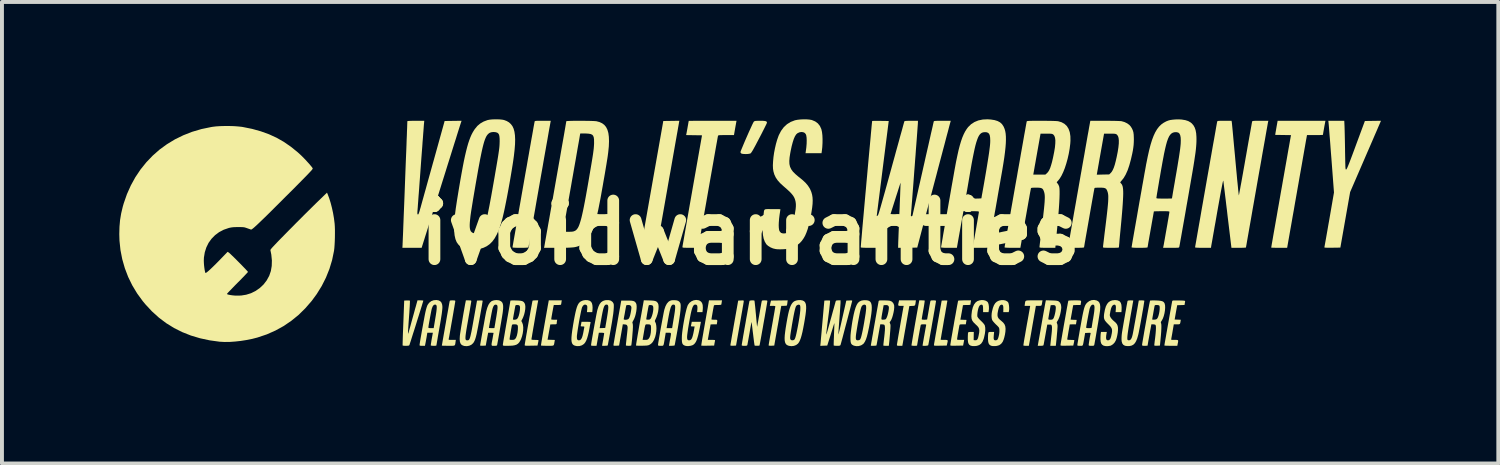
<source format=kicad_pcb>
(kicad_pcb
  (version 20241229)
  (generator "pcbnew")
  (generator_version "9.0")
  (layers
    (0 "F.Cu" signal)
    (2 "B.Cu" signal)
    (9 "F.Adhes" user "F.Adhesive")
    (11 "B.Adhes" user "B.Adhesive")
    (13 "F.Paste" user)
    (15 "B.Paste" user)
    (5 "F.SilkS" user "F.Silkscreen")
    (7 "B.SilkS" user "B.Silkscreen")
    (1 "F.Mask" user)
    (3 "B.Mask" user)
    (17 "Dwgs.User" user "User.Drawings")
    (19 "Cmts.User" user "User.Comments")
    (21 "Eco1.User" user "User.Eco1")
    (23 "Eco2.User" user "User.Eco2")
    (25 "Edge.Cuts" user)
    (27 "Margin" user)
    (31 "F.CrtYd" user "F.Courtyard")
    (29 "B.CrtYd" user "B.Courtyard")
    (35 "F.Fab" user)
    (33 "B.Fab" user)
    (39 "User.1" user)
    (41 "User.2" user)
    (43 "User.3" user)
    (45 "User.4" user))
  (footprint "ivoidwarranties"
    (layer "F.Cu")
    (at 16.13 2.899)
    (property "Reference" "ivoidwarranties" (at 0 0 0) (layer "F.SilkS") (effects (font (size 1.5 1.5) (thickness 0.3))))
    (attr board_only exclude_from_pos_files exclude_from_bom)
    (fp_poly (pts (xy -1.833 -2.729) (xy -1.838 -2.703) (xy -1.846 -2.656) (xy -1.857 -2.592) (xy -1.872 -2.51) (xy -1.889 -2.412) (xy -1.909 -2.3) (xy -1.931 -2.175) (xy -1.955 -2.038) (xy -1.981 -1.89) (xy -2.008 -1.734) (xy -2.037 -1.569) (xy -2.068 -1.398) (xy -2.099 -1.222) (xy -2.119 -1.105) (xy -2.382 0.387) (xy -2.587 0.387) (xy -2.792 0.387) (xy -2.506 -1.234) (xy -2.22 -2.855) (xy -2.015 -2.858) (xy -1.81 -2.861)) (stroke (width 0) (type solid)) (fill yes) (layer "F.SilkS"))
    (fp_poly (pts (xy -0.173 1.734) (xy -0.164 1.74) (xy -0.162 1.75) (xy -0.164 1.764) (xy -0.169 1.797) (xy -0.177 1.847) (xy -0.189 1.912) (xy -0.202 1.991) (xy -0.218 2.08) (xy -0.235 2.178) (xy -0.253 2.283) (xy -0.261 2.328) (xy -0.36 2.887) (xy -0.433 2.891) (xy -0.474 2.891) (xy -0.497 2.888) (xy -0.505 2.881) (xy -0.505 2.88) (xy -0.503 2.867) (xy -0.498 2.835) (xy -0.489 2.785) (xy -0.478 2.721) (xy -0.465 2.643) (xy -0.449 2.554) (xy -0.432 2.457) (xy -0.414 2.352) (xy -0.405 2.301) (xy -0.305 1.737) (xy -0.233 1.734) (xy -0.195 1.732)) (stroke (width 0) (type solid)) (fill yes) (layer "F.SilkS"))
    (fp_poly (pts (xy 7.261 1.731) (xy 7.476 1.731) (xy 7.469 1.772) (xy 7.461 1.818) (xy 7.455 1.847) (xy 7.446 1.863) (xy 7.431 1.87) (xy 7.407 1.871) (xy 7.379 1.871) (xy 7.307 1.871) (xy 7.233 2.293) (xy 7.216 2.39) (xy 7.2 2.483) (xy 7.185 2.571) (xy 7.171 2.649) (xy 7.159 2.715) (xy 7.15 2.767) (xy 7.144 2.8) (xy 7.143 2.804) (xy 7.127 2.893) (xy 7.059 2.893) (xy 7.023 2.892) (xy 6.997 2.888) (xy 6.987 2.885) (xy 6.988 2.872) (xy 6.993 2.839) (xy 7.001 2.784) (xy 7.014 2.708) (xy 7.031 2.612) (xy 7.051 2.494) (xy 7.075 2.356) (xy 7.104 2.197) (xy 7.136 2.017) (xy 7.161 1.874) (xy 7.152 1.872) (xy 7.126 1.871) (xy 7.091 1.871) (xy 7.019 1.871) (xy 7.026 1.817) (xy 7.03 1.788) (xy 7.034 1.767) (xy 7.041 1.752) (xy 7.054 1.741) (xy 7.075 1.735) (xy 7.109 1.732) (xy 7.156 1.731) (xy 7.221 1.731)) (stroke (width 0) (type solid)) (fill yes) (layer "F.SilkS"))
    (fp_poly (pts (xy 0.953 1.792) (xy 0.948 1.827) (xy 0.943 1.853) (xy 0.94 1.862) (xy 0.927 1.867) (xy 0.899 1.87) (xy 0.866 1.871) (xy 0.797 1.871) (xy 0.79 1.906) (xy 0.787 1.924) (xy 0.78 1.96) (xy 0.771 2.013) (xy 0.759 2.081) (xy 0.745 2.16) (xy 0.73 2.248) (xy 0.713 2.344) (xy 0.7 2.414) (xy 0.617 2.887) (xy 0.545 2.891) (xy 0.502 2.891) (xy 0.479 2.887) (xy 0.473 2.881) (xy 0.475 2.868) (xy 0.48 2.836) (xy 0.488 2.787) (xy 0.499 2.724) (xy 0.512 2.648) (xy 0.528 2.562) (xy 0.544 2.467) (xy 0.559 2.382) (xy 0.577 2.282) (xy 0.593 2.189) (xy 0.608 2.104) (xy 0.621 2.03) (xy 0.631 1.968) (xy 0.639 1.922) (xy 0.644 1.893) (xy 0.645 1.883) (xy 0.635 1.876) (xy 0.605 1.872) (xy 0.575 1.871) (xy 0.504 1.871) (xy 0.512 1.831) (xy 0.519 1.796) (xy 0.526 1.766) (xy 0.527 1.764) (xy 0.534 1.737) (xy 0.747 1.734) (xy 0.96 1.731)) (stroke (width 0) (type solid)) (fill yes) (layer "F.SilkS"))
    (fp_poly (pts (xy 4.232 1.782) (xy 4.226 1.825) (xy 4.218 1.851) (xy 4.206 1.865) (xy 4.183 1.871) (xy 4.147 1.873) (xy 4.143 1.873) (xy 4.071 1.877) (xy 3.989 2.344) (xy 3.972 2.443) (xy 3.955 2.537) (xy 3.94 2.623) (xy 3.927 2.699) (xy 3.915 2.763) (xy 3.907 2.811) (xy 3.901 2.842) (xy 3.899 2.852) (xy 3.892 2.893) (xy 3.822 2.893) (xy 3.785 2.892) (xy 3.764 2.889) (xy 3.755 2.882) (xy 3.753 2.871) (xy 3.755 2.858) (xy 3.76 2.826) (xy 3.768 2.778) (xy 3.778 2.716) (xy 3.79 2.644) (xy 3.804 2.564) (xy 3.819 2.478) (xy 3.834 2.39) (xy 3.849 2.301) (xy 3.864 2.215) (xy 3.879 2.133) (xy 3.892 2.059) (xy 3.903 1.996) (xy 3.912 1.945) (xy 3.919 1.909) (xy 3.921 1.901) (xy 3.927 1.871) (xy 3.856 1.871) (xy 3.818 1.871) (xy 3.796 1.866) (xy 3.787 1.854) (xy 3.788 1.829) (xy 3.796 1.788) (xy 3.797 1.786) (xy 3.809 1.731) (xy 4.024 1.731) (xy 4.239 1.731)) (stroke (width 0) (type solid)) (fill yes) (layer "F.SilkS"))
    (fp_poly (pts (xy 5.033 1.735) (xy 5.043 1.739) (xy 5.043 1.739) (xy 5.042 1.752) (xy 5.036 1.783) (xy 5.028 1.831) (xy 5.018 1.894) (xy 5.004 1.969) (xy 4.99 2.055) (xy 4.973 2.15) (xy 4.957 2.239) (xy 4.94 2.339) (xy 4.924 2.432) (xy 4.909 2.517) (xy 4.896 2.591) (xy 4.886 2.652) (xy 4.878 2.697) (xy 4.873 2.726) (xy 4.871 2.736) (xy 4.881 2.739) (xy 4.908 2.741) (xy 4.946 2.742) (xy 4.963 2.742) (xy 5.009 2.742) (xy 5.037 2.745) (xy 5.05 2.755) (xy 5.052 2.776) (xy 5.045 2.811) (xy 5.04 2.834) (xy 5.027 2.887) (xy 4.863 2.89) (xy 4.801 2.891) (xy 4.756 2.891) (xy 4.727 2.89) (xy 4.71 2.887) (xy 4.702 2.883) (xy 4.7 2.876) (xy 4.7 2.874) (xy 4.702 2.86) (xy 4.707 2.827) (xy 4.716 2.777) (xy 4.727 2.712) (xy 4.74 2.633) (xy 4.756 2.544) (xy 4.773 2.446) (xy 4.791 2.341) (xy 4.799 2.296) (xy 4.898 1.737) (xy 4.971 1.734) (xy 5.007 1.733)) (stroke (width 0) (type solid)) (fill yes) (layer "F.SilkS"))
    (fp_poly (pts (xy 0.323 -2.86) (xy 0.37 -2.856) (xy 0.402 -2.85) (xy 0.42 -2.84) (xy 0.429 -2.824) (xy 0.43 -2.81) (xy 0.425 -2.797) (xy 0.412 -2.767) (xy 0.39 -2.723) (xy 0.362 -2.666) (xy 0.327 -2.598) (xy 0.289 -2.522) (xy 0.246 -2.44) (xy 0.234 -2.417) (xy 0.182 -2.318) (xy 0.139 -2.236) (xy 0.103 -2.17) (xy 0.075 -2.119) (xy 0.052 -2.081) (xy 0.034 -2.054) (xy 0.021 -2.036) (xy 0.011 -2.027) (xy 0.009 -2.026) (xy -0.019 -2.018) (xy -0.059 -2.012) (xy -0.106 -2.01) (xy -0.152 -2.011) (xy -0.193 -2.015) (xy -0.222 -2.023) (xy -0.23 -2.028) (xy -0.244 -2.048) (xy -0.247 -2.059) (xy -0.243 -2.075) (xy -0.231 -2.107) (xy -0.212 -2.153) (xy -0.188 -2.211) (xy -0.16 -2.278) (xy -0.129 -2.351) (xy -0.096 -2.427) (xy -0.062 -2.504) (xy -0.029 -2.579) (xy 0.003 -2.649) (xy 0.032 -2.712) (xy 0.056 -2.765) (xy 0.076 -2.805) (xy 0.089 -2.83) (xy 0.093 -2.836) (xy 0.105 -2.846) (xy 0.118 -2.853) (xy 0.137 -2.857) (xy 0.167 -2.859) (xy 0.21 -2.86) (xy 0.257 -2.86)) (stroke (width 0) (type solid)) (fill yes) (layer "F.SilkS"))
    (fp_poly (pts (xy -5.424 1.761) (xy -5.428 1.784) (xy -5.436 1.823) (xy -5.445 1.878) (xy -5.457 1.944) (xy -5.47 2.02) (xy -5.485 2.103) (xy -5.5 2.189) (xy -5.515 2.278) (xy -5.53 2.365) (xy -5.545 2.449) (xy -5.558 2.526) (xy -5.57 2.595) (xy -5.579 2.652) (xy -5.587 2.695) (xy -5.591 2.722) (xy -5.592 2.729) (xy -5.584 2.736) (xy -5.558 2.74) (xy -5.512 2.742) (xy -5.5 2.742) (xy -5.459 2.743) (xy -5.428 2.745) (xy -5.411 2.749) (xy -5.41 2.75) (xy -5.412 2.764) (xy -5.417 2.793) (xy -5.423 2.823) (xy -5.437 2.887) (xy -5.6 2.89) (xy -5.663 2.891) (xy -5.707 2.891) (xy -5.737 2.89) (xy -5.754 2.887) (xy -5.762 2.883) (xy -5.764 2.876) (xy -5.764 2.874) (xy -5.762 2.86) (xy -5.757 2.827) (xy -5.749 2.778) (xy -5.738 2.715) (xy -5.726 2.641) (xy -5.711 2.558) (xy -5.696 2.469) (xy -5.679 2.375) (xy -5.662 2.28) (xy -5.646 2.185) (xy -5.629 2.094) (xy -5.614 2.008) (xy -5.6 1.929) (xy -5.587 1.862) (xy -5.577 1.806) (xy -5.569 1.766) (xy -5.565 1.744) (xy -5.563 1.74) (xy -5.551 1.735) (xy -5.523 1.732) (xy -5.488 1.731) (xy -5.418 1.731)) (stroke (width 0) (type solid)) (fill yes) (layer "F.SilkS"))
    (fp_poly (pts (xy -7.569 1.732) (xy -7.548 1.736) (xy -7.539 1.743) (xy -7.538 1.748) (xy -7.54 1.762) (xy -7.545 1.794) (xy -7.553 1.842) (xy -7.563 1.903) (xy -7.576 1.975) (xy -7.589 2.055) (xy -7.604 2.14) (xy -7.619 2.228) (xy -7.635 2.316) (xy -7.65 2.402) (xy -7.664 2.483) (xy -7.677 2.556) (xy -7.688 2.619) (xy -7.697 2.669) (xy -7.704 2.703) (xy -7.707 2.718) (xy -7.709 2.73) (xy -7.705 2.737) (xy -7.691 2.74) (xy -7.664 2.742) (xy -7.619 2.742) (xy -7.619 2.742) (xy -7.525 2.742) (xy -7.532 2.793) (xy -7.537 2.831) (xy -7.542 2.857) (xy -7.55 2.875) (xy -7.564 2.886) (xy -7.588 2.891) (xy -7.624 2.893) (xy -7.677 2.893) (xy -7.717 2.893) (xy -7.774 2.892) (xy -7.822 2.892) (xy -7.859 2.89) (xy -7.879 2.889) (xy -7.882 2.888) (xy -7.881 2.876) (xy -7.875 2.846) (xy -7.867 2.799) (xy -7.857 2.739) (xy -7.844 2.666) (xy -7.83 2.585) (xy -7.814 2.496) (xy -7.798 2.403) (xy -7.781 2.308) (xy -7.765 2.214) (xy -7.749 2.122) (xy -7.733 2.035) (xy -7.719 1.956) (xy -7.707 1.887) (xy -7.697 1.829) (xy -7.689 1.787) (xy -7.684 1.761) (xy -7.683 1.756) (xy -7.678 1.742) (xy -7.667 1.735) (xy -7.645 1.732) (xy -7.608 1.731)) (stroke (width 0) (type solid)) (fill yes) (layer "F.SilkS"))
    (fp_poly (pts (xy -4.824 1.782) (xy -4.829 1.814) (xy -4.834 1.836) (xy -4.836 1.842) (xy -4.848 1.845) (xy -4.876 1.848) (xy -4.915 1.85) (xy -4.93 1.85) (xy -5.02 1.85) (xy -5.032 1.906) (xy -5.039 1.943) (xy -5.047 1.989) (xy -5.057 2.041) (xy -5.066 2.094) (xy -5.075 2.142) (xy -5.081 2.182) (xy -5.085 2.209) (xy -5.086 2.217) (xy -5.077 2.221) (xy -5.051 2.225) (xy -5.014 2.226) (xy -5.01 2.226) (xy -4.933 2.226) (xy -4.94 2.266) (xy -4.944 2.298) (xy -4.946 2.323) (xy -4.947 2.325) (xy -4.949 2.335) (xy -4.961 2.341) (xy -4.984 2.344) (xy -5.025 2.344) (xy -5.027 2.344) (xy -5.066 2.345) (xy -5.095 2.345) (xy -5.108 2.347) (xy -5.109 2.347) (xy -5.111 2.358) (xy -5.116 2.387) (xy -5.124 2.43) (xy -5.133 2.484) (xy -5.144 2.543) (xy -5.179 2.737) (xy -5.086 2.74) (xy -4.993 2.743) (xy -5.002 2.794) (xy -5.008 2.832) (xy -5.014 2.858) (xy -5.022 2.876) (xy -5.036 2.886) (xy -5.06 2.891) (xy -5.096 2.893) (xy -5.149 2.893) (xy -5.183 2.893) (xy -5.239 2.892) (xy -5.288 2.891) (xy -5.324 2.889) (xy -5.344 2.886) (xy -5.348 2.885) (xy -5.347 2.873) (xy -5.342 2.841) (xy -5.334 2.79) (xy -5.322 2.719) (xy -5.307 2.627) (xy -5.287 2.515) (xy -5.264 2.383) (xy -5.237 2.23) (xy -5.206 2.056) (xy -5.172 1.862) (xy -5.166 1.831) (xy -5.148 1.731) (xy -4.982 1.731) (xy -4.816 1.731)) (stroke (width 0) (type solid)) (fill yes) (layer "F.SilkS"))
    (fp_poly (pts (xy 10.954 1.734) (xy 10.961 1.734) (xy 11.025 1.735) (xy 11.07 1.737) (xy 11.099 1.74) (xy 11.116 1.744) (xy 11.122 1.749) (xy 11.123 1.753) (xy 11.12 1.774) (xy 11.115 1.804) (xy 11.114 1.809) (xy 11.108 1.849) (xy 11.014 1.852) (xy 10.92 1.855) (xy 10.887 2.038) (xy 10.855 2.221) (xy 10.934 2.224) (xy 11.012 2.227) (xy 11.006 2.267) (xy 10.999 2.306) (xy 10.991 2.329) (xy 10.977 2.34) (xy 10.952 2.344) (xy 10.911 2.344) (xy 10.833 2.344) (xy 10.803 2.519) (xy 10.793 2.58) (xy 10.783 2.634) (xy 10.775 2.678) (xy 10.77 2.708) (xy 10.768 2.718) (xy 10.766 2.73) (xy 10.77 2.737) (xy 10.784 2.741) (xy 10.811 2.742) (xy 10.855 2.742) (xy 10.901 2.742) (xy 10.929 2.745) (xy 10.943 2.755) (xy 10.945 2.774) (xy 10.94 2.808) (xy 10.935 2.832) (xy 10.923 2.893) (xy 10.757 2.893) (xy 10.701 2.892) (xy 10.652 2.891) (xy 10.616 2.889) (xy 10.595 2.886) (xy 10.592 2.885) (xy 10.594 2.872) (xy 10.599 2.841) (xy 10.607 2.793) (xy 10.618 2.732) (xy 10.631 2.659) (xy 10.645 2.576) (xy 10.661 2.487) (xy 10.677 2.394) (xy 10.694 2.299) (xy 10.711 2.204) (xy 10.727 2.112) (xy 10.742 2.025) (xy 10.757 1.946) (xy 10.769 1.877) (xy 10.779 1.821) (xy 10.787 1.779) (xy 10.791 1.755) (xy 10.793 1.75) (xy 10.796 1.743) (xy 10.805 1.738) (xy 10.822 1.734) (xy 10.85 1.733) (xy 10.893 1.733)) (stroke (width 0) (type solid)) (fill yes) (layer "F.SilkS"))
    (fp_poly (pts (xy -0.727 1.782) (xy -0.732 1.814) (xy -0.737 1.836) (xy -0.739 1.842) (xy -0.751 1.845) (xy -0.779 1.848) (xy -0.818 1.85) (xy -0.833 1.85) (xy -0.877 1.85) (xy -0.904 1.852) (xy -0.919 1.856) (xy -0.926 1.865) (xy -0.929 1.879) (xy -0.934 1.903) (xy -0.941 1.94) (xy -0.95 1.987) (xy -0.959 2.039) (xy -0.968 2.091) (xy -0.977 2.14) (xy -0.983 2.181) (xy -0.988 2.208) (xy -0.989 2.218) (xy -0.979 2.222) (xy -0.954 2.225) (xy -0.917 2.226) (xy -0.914 2.226) (xy -0.873 2.226) (xy -0.849 2.231) (xy -0.84 2.244) (xy -0.84 2.269) (xy -0.846 2.304) (xy -0.852 2.344) (xy -0.932 2.344) (xy -0.97 2.345) (xy -0.998 2.346) (xy -1.011 2.347) (xy -1.011 2.347) (xy -1.013 2.358) (xy -1.018 2.387) (xy -1.026 2.43) (xy -1.036 2.484) (xy -1.047 2.546) (xy -1.082 2.742) (xy -0.987 2.742) (xy -0.942 2.742) (xy -0.914 2.744) (xy -0.9 2.747) (xy -0.896 2.754) (xy -0.898 2.766) (xy -0.898 2.766) (xy -0.903 2.792) (xy -0.91 2.827) (xy -0.912 2.839) (xy -0.92 2.887) (xy -1.082 2.89) (xy -1.138 2.891) (xy -1.187 2.891) (xy -1.224 2.89) (xy -1.245 2.889) (xy -1.249 2.888) (xy -1.248 2.876) (xy -1.244 2.846) (xy -1.237 2.799) (xy -1.227 2.736) (xy -1.214 2.661) (xy -1.199 2.575) (xy -1.183 2.48) (xy -1.165 2.379) (xy -1.147 2.275) (xy -1.129 2.175) (xy -1.113 2.082) (xy -1.098 1.998) (xy -1.085 1.926) (xy -1.075 1.867) (xy -1.068 1.825) (xy -1.064 1.804) (xy -1.052 1.731) (xy -0.886 1.731) (xy -0.719 1.731)) (stroke (width 0) (type solid)) (fill yes) (layer "F.SilkS"))
    (fp_poly (pts (xy -8.393 1.732) (xy -8.367 1.735) (xy -8.356 1.738) (xy -8.356 1.738) (xy -8.359 1.75) (xy -8.368 1.78) (xy -8.382 1.826) (xy -8.4 1.886) (xy -8.422 1.957) (xy -8.447 2.037) (xy -8.474 2.124) (xy -8.503 2.215) (xy -8.532 2.309) (xy -8.561 2.402) (xy -8.59 2.494) (xy -8.618 2.58) (xy -8.643 2.66) (xy -8.665 2.73) (xy -8.684 2.789) (xy -8.699 2.834) (xy -8.708 2.863) (xy -8.712 2.874) (xy -8.721 2.884) (xy -8.739 2.89) (xy -8.77 2.892) (xy -8.802 2.893) (xy -8.841 2.892) (xy -8.87 2.889) (xy -8.885 2.885) (xy -8.885 2.885) (xy -8.886 2.873) (xy -8.885 2.841) (xy -8.884 2.792) (xy -8.882 2.728) (xy -8.88 2.65) (xy -8.877 2.561) (xy -8.873 2.462) (xy -8.869 2.356) (xy -8.867 2.307) (xy -8.845 1.737) (xy -8.776 1.733) (xy -8.739 1.733) (xy -8.711 1.735) (xy -8.699 1.739) (xy -8.698 1.751) (xy -8.699 1.782) (xy -8.701 1.831) (xy -8.704 1.893) (xy -8.709 1.967) (xy -8.714 2.051) (xy -8.721 2.142) (xy -8.722 2.161) (xy -8.729 2.253) (xy -8.735 2.338) (xy -8.74 2.414) (xy -8.744 2.478) (xy -8.747 2.528) (xy -8.748 2.563) (xy -8.748 2.578) (xy -8.748 2.579) (xy -8.747 2.581) (xy -8.745 2.581) (xy -8.743 2.578) (xy -8.739 2.569) (xy -8.734 2.553) (xy -8.726 2.528) (xy -8.716 2.491) (xy -8.702 2.442) (xy -8.684 2.378) (xy -8.662 2.296) (xy -8.635 2.199) (xy -8.611 2.113) (xy -8.588 2.03) (xy -8.568 1.955) (xy -8.549 1.89) (xy -8.535 1.838) (xy -8.525 1.802) (xy -8.521 1.788) (xy -8.505 1.731) (xy -8.43 1.731)) (stroke (width 0) (type solid)) (fill yes) (layer "F.SilkS"))
    (fp_poly (pts (xy -5.102 -2.836) (xy -5.105 -2.822) (xy -5.111 -2.788) (xy -5.12 -2.737) (xy -5.133 -2.668) (xy -5.148 -2.584) (xy -5.165 -2.486) (xy -5.184 -2.375) (xy -5.206 -2.254) (xy -5.229 -2.123) (xy -5.254 -1.983) (xy -5.28 -1.836) (xy -5.306 -1.684) (xy -5.334 -1.528) (xy -5.362 -1.37) (xy -5.39 -1.21) (xy -5.418 -1.05) (xy -5.446 -0.892) (xy -5.473 -0.737) (xy -5.499 -0.586) (xy -5.525 -0.441) (xy -5.549 -0.304) (xy -5.571 -0.175) (xy -5.592 -0.056) (xy -5.611 0.052) (xy -5.627 0.146) (xy -5.641 0.227) (xy -5.653 0.291) (xy -5.661 0.339) (xy -5.666 0.368) (xy -5.667 0.377) (xy -5.678 0.38) (xy -5.708 0.383) (xy -5.755 0.386) (xy -5.819 0.387) (xy -5.871 0.387) (xy -5.951 0.387) (xy -6.01 0.385) (xy -6.05 0.383) (xy -6.071 0.379) (xy -6.076 0.375) (xy -6.074 0.364) (xy -6.069 0.332) (xy -6.06 0.282) (xy -6.049 0.216) (xy -6.034 0.133) (xy -6.017 0.037) (xy -5.998 -0.072) (xy -5.977 -0.193) (xy -5.955 -0.323) (xy -5.93 -0.461) (xy -5.905 -0.607) (xy -5.878 -0.759) (xy -5.851 -0.914) (xy -5.823 -1.073) (xy -5.795 -1.233) (xy -5.767 -1.392) (xy -5.739 -1.551) (xy -5.711 -1.706) (xy -5.685 -1.858) (xy -5.659 -2.003) (xy -5.635 -2.142) (xy -5.612 -2.272) (xy -5.591 -2.392) (xy -5.571 -2.501) (xy -5.554 -2.597) (xy -5.54 -2.679) (xy -5.528 -2.745) (xy -5.519 -2.794) (xy -5.513 -2.825) (xy -5.511 -2.836) (xy -5.509 -2.845) (xy -5.504 -2.851) (xy -5.493 -2.855) (xy -5.475 -2.858) (xy -5.445 -2.86) (xy -5.4 -2.86) (xy -5.339 -2.86) (xy -5.301 -2.86) (xy -5.097 -2.86)) (stroke (width 0) (type solid)) (fill yes) (layer "F.SilkS"))
    (fp_poly (pts (xy 5.642 1.772) (xy 5.637 1.803) (xy 5.635 1.828) (xy 5.635 1.831) (xy 5.633 1.84) (xy 5.623 1.845) (xy 5.601 1.848) (xy 5.565 1.85) (xy 5.538 1.85) (xy 5.495 1.85) (xy 5.462 1.852) (xy 5.444 1.855) (xy 5.441 1.856) (xy 5.44 1.868) (xy 5.435 1.897) (xy 5.428 1.939) (xy 5.419 1.988) (xy 5.41 2.04) (xy 5.4 2.092) (xy 5.392 2.139) (xy 5.385 2.175) (xy 5.381 2.196) (xy 5.375 2.225) (xy 5.454 2.228) (xy 5.533 2.231) (xy 5.524 2.288) (xy 5.515 2.344) (xy 5.436 2.344) (xy 5.395 2.345) (xy 5.371 2.347) (xy 5.359 2.353) (xy 5.353 2.364) (xy 5.351 2.374) (xy 5.345 2.402) (xy 5.338 2.444) (xy 5.329 2.494) (xy 5.32 2.548) (xy 5.31 2.602) (xy 5.302 2.652) (xy 5.296 2.693) (xy 5.292 2.72) (xy 5.291 2.728) (xy 5.297 2.736) (xy 5.319 2.74) (xy 5.358 2.742) (xy 5.382 2.742) (xy 5.473 2.742) (xy 5.467 2.777) (xy 5.46 2.814) (xy 5.453 2.85) (xy 5.446 2.887) (xy 5.282 2.89) (xy 5.22 2.891) (xy 5.176 2.891) (xy 5.147 2.89) (xy 5.13 2.888) (xy 5.121 2.883) (xy 5.119 2.876) (xy 5.119 2.872) (xy 5.121 2.857) (xy 5.126 2.824) (xy 5.134 2.774) (xy 5.144 2.711) (xy 5.157 2.637) (xy 5.172 2.554) (xy 5.187 2.464) (xy 5.204 2.371) (xy 5.22 2.275) (xy 5.237 2.181) (xy 5.254 2.09) (xy 5.269 2.004) (xy 5.283 1.926) (xy 5.295 1.859) (xy 5.306 1.805) (xy 5.313 1.765) (xy 5.318 1.744) (xy 5.319 1.74) (xy 5.331 1.737) (xy 5.361 1.734) (xy 5.404 1.733) (xy 5.458 1.731) (xy 5.486 1.731) (xy 5.648 1.731)) (stroke (width 0) (type solid)) (fill yes) (layer "F.SilkS"))
    (fp_poly (pts (xy 16.116 -2.826) (xy 16.109 -2.811) (xy 16.095 -2.778) (xy 16.073 -2.728) (xy 16.045 -2.662) (xy 16.011 -2.583) (xy 15.971 -2.492) (xy 15.927 -2.389) (xy 15.879 -2.278) (xy 15.827 -2.158) (xy 15.772 -2.032) (xy 15.721 -1.914) (xy 15.342 -1.038) (xy 15.217 -0.328) (xy 15.092 0.382) (xy 14.886 0.385) (xy 14.812 0.385) (xy 14.757 0.385) (xy 14.719 0.384) (xy 14.696 0.382) (xy 14.685 0.378) (xy 14.684 0.374) (xy 14.686 0.361) (xy 14.692 0.329) (xy 14.701 0.279) (xy 14.713 0.214) (xy 14.727 0.134) (xy 14.743 0.043) (xy 14.761 -0.059) (xy 14.78 -0.17) (xy 14.801 -0.287) (xy 14.809 -0.333) (xy 14.929 -1.027) (xy 14.863 -1.898) (xy 14.852 -2.034) (xy 14.842 -2.164) (xy 14.833 -2.288) (xy 14.824 -2.402) (xy 14.815 -2.507) (xy 14.808 -2.599) (xy 14.802 -2.677) (xy 14.797 -2.739) (xy 14.793 -2.784) (xy 14.79 -2.81) (xy 14.79 -2.815) (xy 14.784 -2.86) (xy 14.988 -2.86) (xy 15.192 -2.86) (xy 15.199 -2.713) (xy 15.2 -2.67) (xy 15.202 -2.608) (xy 15.204 -2.532) (xy 15.206 -2.443) (xy 15.208 -2.346) (xy 15.21 -2.243) (xy 15.212 -2.137) (xy 15.212 -2.088) (xy 15.214 -1.975) (xy 15.216 -1.881) (xy 15.217 -1.805) (xy 15.219 -1.745) (xy 15.22 -1.699) (xy 15.222 -1.665) (xy 15.224 -1.641) (xy 15.227 -1.627) (xy 15.23 -1.619) (xy 15.234 -1.615) (xy 15.239 -1.615) (xy 15.241 -1.615) (xy 15.246 -1.619) (xy 15.253 -1.629) (xy 15.263 -1.648) (xy 15.276 -1.675) (xy 15.292 -1.714) (xy 15.313 -1.765) (xy 15.338 -1.829) (xy 15.368 -1.908) (xy 15.404 -2.004) (xy 15.446 -2.117) (xy 15.49 -2.237) (xy 15.719 -2.855) (xy 15.925 -2.858) (xy 16.131 -2.861)) (stroke (width 0) (type solid)) (fill yes) (layer "F.SilkS"))
    (fp_poly (pts (xy 5.978 1.727) (xy 6.027 1.741) (xy 6.065 1.765) (xy 6.082 1.787) (xy 6.097 1.829) (xy 6.105 1.883) (xy 6.107 1.941) (xy 6.103 1.983) (xy 6.096 2.032) (xy 6.027 2.032) (xy 5.957 2.032) (xy 5.957 1.948) (xy 5.955 1.895) (xy 5.948 1.862) (xy 5.935 1.844) (xy 5.914 1.841) (xy 5.898 1.843) (xy 5.874 1.858) (xy 5.853 1.889) (xy 5.849 1.898) (xy 5.835 1.938) (xy 5.823 1.988) (xy 5.814 2.042) (xy 5.809 2.092) (xy 5.809 2.132) (xy 5.811 2.145) (xy 5.825 2.17) (xy 5.853 2.206) (xy 5.896 2.249) (xy 5.904 2.256) (xy 5.955 2.307) (xy 5.988 2.349) (xy 6.002 2.375) (xy 6.012 2.431) (xy 6.013 2.502) (xy 6.003 2.583) (xy 5.984 2.671) (xy 5.972 2.715) (xy 5.943 2.787) (xy 5.906 2.839) (xy 5.858 2.874) (xy 5.798 2.894) (xy 5.748 2.9) (xy 5.684 2.899) (xy 5.64 2.889) (xy 5.638 2.888) (xy 5.608 2.87) (xy 5.587 2.843) (xy 5.574 2.806) (xy 5.567 2.754) (xy 5.566 2.688) (xy 5.567 2.639) (xy 5.569 2.597) (xy 5.571 2.567) (xy 5.573 2.556) (xy 5.582 2.546) (xy 5.6 2.54) (xy 5.634 2.538) (xy 5.65 2.538) (xy 5.719 2.538) (xy 5.717 2.643) (xy 5.716 2.748) (xy 5.755 2.751) (xy 5.782 2.75) (xy 5.803 2.738) (xy 5.819 2.715) (xy 5.833 2.675) (xy 5.844 2.626) (xy 5.857 2.556) (xy 5.861 2.501) (xy 5.854 2.457) (xy 5.836 2.419) (xy 5.804 2.381) (xy 5.764 2.344) (xy 5.715 2.296) (xy 5.682 2.252) (xy 5.664 2.204) (xy 5.658 2.148) (xy 5.66 2.098) (xy 5.672 1.998) (xy 5.694 1.911) (xy 5.724 1.84) (xy 5.763 1.787) (xy 5.808 1.752) (xy 5.864 1.732) (xy 5.922 1.723)) (stroke (width 0) (type solid)) (fill yes) (layer "F.SilkS"))
    (fp_poly (pts (xy 1.333 1.732) (xy 1.338 1.733) (xy 1.369 1.747) (xy 1.395 1.767) (xy 1.413 1.795) (xy 1.426 1.832) (xy 1.432 1.88) (xy 1.433 1.94) (xy 1.427 2.015) (xy 1.416 2.105) (xy 1.399 2.214) (xy 1.382 2.313) (xy 1.359 2.436) (xy 1.338 2.539) (xy 1.317 2.624) (xy 1.297 2.693) (xy 1.276 2.749) (xy 1.255 2.793) (xy 1.232 2.827) (xy 1.223 2.838) (xy 1.177 2.873) (xy 1.119 2.895) (xy 1.056 2.902) (xy 0.994 2.894) (xy 0.962 2.883) (xy 0.931 2.865) (xy 0.909 2.839) (xy 0.893 2.803) (xy 0.884 2.756) (xy 0.882 2.696) (xy 0.882 2.692) (xy 1.023 2.692) (xy 1.025 2.71) (xy 1.029 2.724) (xy 1.033 2.732) (xy 1.052 2.748) (xy 1.081 2.753) (xy 1.112 2.747) (xy 1.132 2.734) (xy 1.144 2.715) (xy 1.157 2.682) (xy 1.171 2.633) (xy 1.186 2.569) (xy 1.203 2.486) (xy 1.223 2.384) (xy 1.238 2.301) (xy 1.259 2.177) (xy 1.274 2.071) (xy 1.283 1.986) (xy 1.285 1.92) (xy 1.282 1.875) (xy 1.272 1.85) (xy 1.268 1.847) (xy 1.24 1.84) (xy 1.209 1.849) (xy 1.182 1.868) (xy 1.178 1.875) (xy 1.167 1.896) (xy 1.156 1.93) (xy 1.143 1.978) (xy 1.129 2.041) (xy 1.113 2.12) (xy 1.095 2.218) (xy 1.074 2.336) (xy 1.07 2.358) (xy 1.055 2.452) (xy 1.042 2.528) (xy 1.033 2.588) (xy 1.027 2.633) (xy 1.024 2.667) (xy 1.023 2.692) (xy 0.882 2.692) (xy 0.886 2.62) (xy 0.897 2.528) (xy 0.909 2.442) (xy 0.932 2.303) (xy 0.953 2.185) (xy 0.973 2.084) (xy 0.993 2) (xy 1.014 1.931) (xy 1.035 1.875) (xy 1.058 1.83) (xy 1.083 1.795) (xy 1.11 1.768) (xy 1.136 1.751) (xy 1.178 1.735) (xy 1.231 1.725) (xy 1.286 1.724)) (stroke (width 0) (type solid)) (fill yes) (layer "F.SilkS"))
    (fp_poly (pts (xy -7.161 1.732) (xy -7.14 1.735) (xy -7.131 1.742) (xy -7.13 1.752) (xy -7.131 1.767) (xy -7.137 1.801) (xy -7.145 1.851) (xy -7.156 1.914) (xy -7.168 1.989) (xy -7.183 2.073) (xy -7.199 2.162) (xy -7.199 2.165) (xy -7.221 2.291) (xy -7.24 2.398) (xy -7.255 2.487) (xy -7.266 2.56) (xy -7.274 2.618) (xy -7.278 2.663) (xy -7.279 2.697) (xy -7.277 2.721) (xy -7.271 2.737) (xy -7.263 2.747) (xy -7.251 2.751) (xy -7.237 2.753) (xy -7.231 2.753) (xy -7.217 2.752) (xy -7.204 2.749) (xy -7.193 2.743) (xy -7.183 2.73) (xy -7.172 2.711) (xy -7.162 2.683) (xy -7.151 2.645) (xy -7.14 2.596) (xy -7.126 2.532) (xy -7.111 2.455) (xy -7.094 2.36) (xy -7.074 2.248) (xy -7.05 2.116) (xy -7.05 2.115) (xy -6.983 1.737) (xy -6.911 1.734) (xy -6.869 1.733) (xy -6.845 1.737) (xy -6.839 1.743) (xy -6.841 1.76) (xy -6.847 1.795) (xy -6.855 1.845) (xy -6.866 1.908) (xy -6.879 1.981) (xy -6.893 2.06) (xy -6.908 2.144) (xy -6.923 2.228) (xy -6.939 2.311) (xy -6.953 2.389) (xy -6.967 2.46) (xy -6.979 2.52) (xy -6.988 2.567) (xy -6.995 2.598) (xy -6.995 2.599) (xy -7.013 2.67) (xy -7.03 2.725) (xy -7.047 2.767) (xy -7.066 2.802) (xy -7.083 2.826) (xy -7.126 2.865) (xy -7.181 2.891) (xy -7.242 2.902) (xy -7.306 2.898) (xy -7.351 2.883) (xy -7.385 2.861) (xy -7.408 2.827) (xy -7.422 2.781) (xy -7.426 2.719) (xy -7.422 2.641) (xy -7.42 2.622) (xy -7.416 2.59) (xy -7.408 2.54) (xy -7.398 2.476) (xy -7.386 2.4) (xy -7.372 2.316) (xy -7.357 2.228) (xy -7.342 2.138) (xy -7.327 2.05) (xy -7.312 1.967) (xy -7.299 1.894) (xy -7.288 1.831) (xy -7.279 1.788) (xy -7.268 1.731) (xy -7.199 1.731)) (stroke (width 0) (type solid)) (fill yes) (layer "F.SilkS"))
    (fp_poly (pts (xy -0.381 -2.678) (xy -0.413 -2.495) (xy -0.614 -2.495) (xy -0.685 -2.495) (xy -0.738 -2.494) (xy -0.774 -2.493) (xy -0.798 -2.49) (xy -0.812 -2.486) (xy -0.819 -2.481) (xy -0.821 -2.476) (xy -0.824 -2.463) (xy -0.83 -2.431) (xy -0.839 -2.38) (xy -0.851 -2.313) (xy -0.866 -2.231) (xy -0.883 -2.135) (xy -0.902 -2.027) (xy -0.923 -1.908) (xy -0.945 -1.781) (xy -0.969 -1.645) (xy -0.994 -1.504) (xy -1.02 -1.358) (xy -1.046 -1.209) (xy -1.073 -1.058) (xy -1.099 -0.908) (xy -1.125 -0.758) (xy -1.151 -0.612) (xy -1.176 -0.47) (xy -1.2 -0.334) (xy -1.222 -0.205) (xy -1.243 -0.086) (xy -1.262 0.023) (xy -1.279 0.121) (xy -1.294 0.204) (xy -1.306 0.273) (xy -1.315 0.326) (xy -1.32 0.36) (xy -1.323 0.375) (xy -1.323 0.376) (xy -1.332 0.38) (xy -1.361 0.384) (xy -1.41 0.386) (xy -1.48 0.387) (xy -1.527 0.387) (xy -1.598 0.387) (xy -1.651 0.386) (xy -1.687 0.385) (xy -1.711 0.383) (xy -1.724 0.379) (xy -1.73 0.374) (xy -1.731 0.368) (xy -1.729 0.356) (xy -1.724 0.323) (xy -1.715 0.272) (xy -1.703 0.203) (xy -1.688 0.118) (xy -1.671 0.018) (xy -1.651 -0.096) (xy -1.629 -0.222) (xy -1.605 -0.359) (xy -1.579 -0.506) (xy -1.552 -0.662) (xy -1.523 -0.825) (xy -1.493 -0.995) (xy -1.48 -1.07) (xy -1.23 -2.489) (xy -1.433 -2.492) (xy -1.636 -2.495) (xy -1.63 -2.525) (xy -1.626 -2.543) (xy -1.62 -2.576) (xy -1.612 -2.62) (xy -1.603 -2.67) (xy -1.594 -2.722) (xy -1.585 -2.771) (xy -1.578 -2.813) (xy -1.572 -2.843) (xy -1.57 -2.857) (xy -1.57 -2.858) (xy -1.56 -2.858) (xy -1.53 -2.859) (xy -1.482 -2.859) (xy -1.418 -2.86) (xy -1.341 -2.86) (xy -1.252 -2.86) (xy -1.152 -2.86) (xy -1.045 -2.86) (xy -0.959 -2.86) (xy -0.348 -2.86)) (stroke (width 0) (type solid)) (fill yes) (layer "F.SilkS"))
    (fp_poly (pts (xy 8.411 1.732) (xy 8.44 1.735) (xy 8.456 1.742) (xy 8.463 1.754) (xy 8.462 1.773) (xy 8.458 1.8) (xy 8.456 1.809) (xy 8.45 1.85) (xy 8.354 1.85) (xy 8.312 1.851) (xy 8.279 1.853) (xy 8.261 1.856) (xy 8.259 1.858) (xy 8.257 1.871) (xy 8.252 1.901) (xy 8.244 1.946) (xy 8.234 2) (xy 8.227 2.043) (xy 8.216 2.102) (xy 8.207 2.153) (xy 8.2 2.192) (xy 8.195 2.216) (xy 8.194 2.222) (xy 8.204 2.224) (xy 8.23 2.226) (xy 8.267 2.228) (xy 8.272 2.228) (xy 8.35 2.231) (xy 8.341 2.288) (xy 8.332 2.344) (xy 8.253 2.344) (xy 8.214 2.345) (xy 8.186 2.345) (xy 8.173 2.347) (xy 8.173 2.347) (xy 8.171 2.358) (xy 8.166 2.387) (xy 8.159 2.429) (xy 8.149 2.483) (xy 8.14 2.532) (xy 8.13 2.593) (xy 8.121 2.647) (xy 8.114 2.69) (xy 8.109 2.719) (xy 8.108 2.729) (xy 8.115 2.736) (xy 8.138 2.74) (xy 8.179 2.742) (xy 8.2 2.742) (xy 8.241 2.743) (xy 8.272 2.745) (xy 8.289 2.749) (xy 8.291 2.75) (xy 8.288 2.764) (xy 8.283 2.793) (xy 8.277 2.823) (xy 8.263 2.887) (xy 8.1 2.89) (xy 8.037 2.891) (xy 7.993 2.891) (xy 7.964 2.89) (xy 7.947 2.887) (xy 7.938 2.883) (xy 7.936 2.876) (xy 7.936 2.874) (xy 7.938 2.86) (xy 7.943 2.827) (xy 7.951 2.778) (xy 7.962 2.715) (xy 7.975 2.641) (xy 7.989 2.558) (xy 8.005 2.469) (xy 8.021 2.375) (xy 8.038 2.28) (xy 8.055 2.185) (xy 8.071 2.094) (xy 8.086 2.008) (xy 8.1 1.929) (xy 8.113 1.862) (xy 8.123 1.806) (xy 8.131 1.766) (xy 8.135 1.744) (xy 8.137 1.74) (xy 8.149 1.737) (xy 8.178 1.734) (xy 8.222 1.732) (xy 8.275 1.731) (xy 8.302 1.731) (xy 8.366 1.731)) (stroke (width 0) (type solid)) (fill yes) (layer "F.SilkS"))
    (fp_poly (pts (xy 2.983 1.729) (xy 3.022 1.737) (xy 3.054 1.752) (xy 3.079 1.775) (xy 3.096 1.809) (xy 3.107 1.854) (xy 3.111 1.911) (xy 3.109 1.982) (xy 3.1 2.068) (xy 3.085 2.171) (xy 3.064 2.292) (xy 3.038 2.432) (xy 3.032 2.458) (xy 3.009 2.567) (xy 2.986 2.657) (xy 2.962 2.729) (xy 2.937 2.784) (xy 2.91 2.826) (xy 2.891 2.847) (xy 2.84 2.88) (xy 2.779 2.899) (xy 2.715 2.902) (xy 2.653 2.889) (xy 2.64 2.883) (xy 2.611 2.867) (xy 2.59 2.847) (xy 2.577 2.82) (xy 2.569 2.781) (xy 2.566 2.727) (xy 2.566 2.685) (xy 2.702 2.685) (xy 2.704 2.714) (xy 2.71 2.734) (xy 2.72 2.745) (xy 2.735 2.751) (xy 2.754 2.753) (xy 2.757 2.753) (xy 2.789 2.747) (xy 2.81 2.734) (xy 2.821 2.715) (xy 2.834 2.683) (xy 2.847 2.637) (xy 2.862 2.574) (xy 2.879 2.495) (xy 2.898 2.396) (xy 2.919 2.278) (xy 2.919 2.275) (xy 2.938 2.162) (xy 2.953 2.069) (xy 2.962 1.994) (xy 2.967 1.936) (xy 2.967 1.894) (xy 2.962 1.866) (xy 2.955 1.852) (xy 2.929 1.84) (xy 2.898 1.844) (xy 2.868 1.863) (xy 2.867 1.864) (xy 2.856 1.878) (xy 2.845 1.9) (xy 2.834 1.932) (xy 2.822 1.975) (xy 2.809 2.031) (xy 2.795 2.102) (xy 2.778 2.191) (xy 2.758 2.298) (xy 2.753 2.326) (xy 2.735 2.433) (xy 2.721 2.52) (xy 2.71 2.59) (xy 2.704 2.644) (xy 2.702 2.685) (xy 2.566 2.685) (xy 2.566 2.679) (xy 2.568 2.621) (xy 2.575 2.546) (xy 2.586 2.461) (xy 2.599 2.368) (xy 2.614 2.272) (xy 2.631 2.18) (xy 2.648 2.094) (xy 2.666 2.019) (xy 2.669 2.006) (xy 2.696 1.917) (xy 2.724 1.849) (xy 2.756 1.797) (xy 2.795 1.762) (xy 2.841 1.739) (xy 2.897 1.728) (xy 2.936 1.727)) (stroke (width 0) (type solid)) (fill yes) (layer "F.SilkS"))
    (fp_poly (pts (xy 9.391 1.73) (xy 9.441 1.751) (xy 9.454 1.762) (xy 9.478 1.795) (xy 9.493 1.843) (xy 9.499 1.908) (xy 9.498 1.971) (xy 9.494 2.032) (xy 9.42 2.032) (xy 9.345 2.032) (xy 9.351 1.954) (xy 9.353 1.899) (xy 9.347 1.863) (xy 9.332 1.844) (xy 9.308 1.841) (xy 9.295 1.845) (xy 9.268 1.862) (xy 9.246 1.894) (xy 9.227 1.943) (xy 9.211 2.012) (xy 9.209 2.026) (xy 9.201 2.071) (xy 9.197 2.1) (xy 9.198 2.122) (xy 9.204 2.141) (xy 9.215 2.164) (xy 9.238 2.197) (xy 9.272 2.235) (xy 9.303 2.262) (xy 9.349 2.303) (xy 9.379 2.341) (xy 9.397 2.382) (xy 9.406 2.432) (xy 9.406 2.44) (xy 9.406 2.491) (xy 9.4 2.556) (xy 9.388 2.625) (xy 9.372 2.693) (xy 9.354 2.748) (xy 9.323 2.805) (xy 9.28 2.852) (xy 9.23 2.884) (xy 9.209 2.892) (xy 9.152 2.901) (xy 9.094 2.901) (xy 9.044 2.891) (xy 9.036 2.888) (xy 9.001 2.865) (xy 8.977 2.833) (xy 8.963 2.786) (xy 8.958 2.724) (xy 8.958 2.71) (xy 8.959 2.662) (xy 8.961 2.617) (xy 8.964 2.583) (xy 8.965 2.578) (xy 8.971 2.538) (xy 9.046 2.538) (xy 9.121 2.538) (xy 9.115 2.567) (xy 9.104 2.637) (xy 9.101 2.689) (xy 9.106 2.724) (xy 9.121 2.745) (xy 9.144 2.753) (xy 9.15 2.753) (xy 9.177 2.748) (xy 9.198 2.731) (xy 9.216 2.701) (xy 9.231 2.654) (xy 9.245 2.588) (xy 9.249 2.568) (xy 9.255 2.518) (xy 9.253 2.478) (xy 9.241 2.441) (xy 9.217 2.404) (xy 9.179 2.362) (xy 9.15 2.334) (xy 9.104 2.286) (xy 9.072 2.245) (xy 9.053 2.205) (xy 9.046 2.162) (xy 9.048 2.108) (xy 9.053 2.068) (xy 9.072 1.967) (xy 9.096 1.886) (xy 9.128 1.823) (xy 9.167 1.777) (xy 9.215 1.746) (xy 9.26 1.731) (xy 9.33 1.723)) (stroke (width 0) (type solid)) (fill yes) (layer "F.SilkS"))
    (fp_poly (pts (xy 14.706 -2.836) (xy 14.702 -2.817) (xy 14.696 -2.783) (xy 14.687 -2.738) (xy 14.678 -2.687) (xy 14.669 -2.635) (xy 14.66 -2.586) (xy 14.653 -2.544) (xy 14.648 -2.514) (xy 14.646 -2.501) (xy 14.646 -2.501) (xy 14.636 -2.499) (xy 14.608 -2.498) (xy 14.565 -2.496) (xy 14.51 -2.495) (xy 14.447 -2.495) (xy 14.443 -2.495) (xy 14.239 -2.495) (xy 14.233 -2.465) (xy 14.231 -2.451) (xy 14.225 -2.417) (xy 14.215 -2.365) (xy 14.203 -2.295) (xy 14.188 -2.209) (xy 14.17 -2.108) (xy 14.15 -1.993) (xy 14.128 -1.867) (xy 14.104 -1.729) (xy 14.078 -1.582) (xy 14.05 -1.426) (xy 14.022 -1.264) (xy 13.992 -1.095) (xy 13.985 -1.054) (xy 13.955 -0.884) (xy 13.926 -0.72) (xy 13.899 -0.562) (xy 13.872 -0.413) (xy 13.848 -0.273) (xy 13.825 -0.143) (xy 13.804 -0.026) (xy 13.786 0.078) (xy 13.77 0.168) (xy 13.757 0.242) (xy 13.747 0.299) (xy 13.74 0.337) (xy 13.737 0.356) (xy 13.737 0.358) (xy 13.731 0.387) (xy 13.527 0.387) (xy 13.464 0.387) (xy 13.408 0.386) (xy 13.364 0.385) (xy 13.335 0.383) (xy 13.324 0.382) (xy 13.324 0.382) (xy 13.326 0.371) (xy 13.331 0.34) (xy 13.339 0.291) (xy 13.351 0.225) (xy 13.365 0.144) (xy 13.381 0.05) (xy 13.4 -0.057) (xy 13.421 -0.175) (xy 13.443 -0.301) (xy 13.467 -0.436) (xy 13.491 -0.576) (xy 13.517 -0.721) (xy 13.543 -0.87) (xy 13.569 -1.02) (xy 13.596 -1.17) (xy 13.622 -1.32) (xy 13.648 -1.466) (xy 13.673 -1.608) (xy 13.697 -1.744) (xy 13.72 -1.873) (xy 13.741 -1.994) (xy 13.76 -2.104) (xy 13.778 -2.202) (xy 13.793 -2.287) (xy 13.805 -2.357) (xy 13.815 -2.411) (xy 13.821 -2.447) (xy 13.824 -2.464) (xy 13.825 -2.465) (xy 13.831 -2.494) (xy 13.628 -2.497) (xy 13.425 -2.5) (xy 13.456 -2.68) (xy 13.488 -2.86) (xy 14.1 -2.86) (xy 14.711 -2.86)) (stroke (width 0) (type solid)) (fill yes) (layer "F.SilkS"))
    (fp_poly (pts (xy -1.319 1.728) (xy -1.298 1.735) (xy -1.257 1.761) (xy -1.229 1.798) (xy -1.213 1.849) (xy -1.209 1.915) (xy -1.211 1.96) (xy -1.218 2.032) (xy -1.286 2.032) (xy -1.355 2.032) (xy -1.348 1.954) (xy -1.347 1.901) (xy -1.354 1.866) (xy -1.37 1.846) (xy -1.397 1.839) (xy -1.402 1.839) (xy -1.422 1.842) (xy -1.439 1.853) (xy -1.455 1.873) (xy -1.471 1.904) (xy -1.486 1.948) (xy -1.502 2.005) (xy -1.519 2.079) (xy -1.536 2.169) (xy -1.556 2.278) (xy -1.57 2.358) (xy -1.587 2.461) (xy -1.599 2.545) (xy -1.608 2.611) (xy -1.612 2.662) (xy -1.611 2.699) (xy -1.606 2.725) (xy -1.596 2.742) (xy -1.582 2.75) (xy -1.564 2.753) (xy -1.562 2.753) (xy -1.538 2.75) (xy -1.517 2.739) (xy -1.499 2.72) (xy -1.483 2.688) (xy -1.468 2.643) (xy -1.453 2.582) (xy -1.437 2.503) (xy -1.426 2.438) (xy -1.419 2.398) (xy -1.468 2.398) (xy -1.498 2.397) (xy -1.512 2.392) (xy -1.513 2.382) (xy -1.512 2.379) (xy -1.507 2.356) (xy -1.5 2.325) (xy -1.5 2.32) (xy -1.492 2.28) (xy -1.376 2.28) (xy -1.259 2.28) (xy -1.264 2.309) (xy -1.287 2.433) (xy -1.308 2.537) (xy -1.328 2.623) (xy -1.348 2.693) (xy -1.367 2.75) (xy -1.388 2.794) (xy -1.411 2.828) (xy -1.436 2.854) (xy -1.463 2.873) (xy -1.472 2.877) (xy -1.515 2.891) (xy -1.568 2.899) (xy -1.621 2.899) (xy -1.664 2.891) (xy -1.666 2.89) (xy -1.698 2.875) (xy -1.72 2.855) (xy -1.735 2.827) (xy -1.743 2.787) (xy -1.746 2.731) (xy -1.746 2.69) (xy -1.744 2.629) (xy -1.737 2.555) (xy -1.726 2.471) (xy -1.713 2.38) (xy -1.697 2.286) (xy -1.68 2.192) (xy -1.662 2.102) (xy -1.643 2.019) (xy -1.625 1.947) (xy -1.607 1.89) (xy -1.592 1.85) (xy -1.591 1.849) (xy -1.553 1.796) (xy -1.502 1.756) (xy -1.443 1.73) (xy -1.38 1.72)) (stroke (width 0) (type solid)) (fill yes) (layer "F.SilkS"))
    (fp_poly (pts (xy 6.536 1.737) (xy 6.578 1.761) (xy 6.598 1.782) (xy 6.609 1.811) (xy 6.618 1.854) (xy 6.623 1.904) (xy 6.624 1.954) (xy 6.62 1.994) (xy 6.612 2.032) (xy 6.543 2.032) (xy 6.473 2.032) (xy 6.475 1.951) (xy 6.474 1.897) (xy 6.466 1.862) (xy 6.451 1.844) (xy 6.427 1.841) (xy 6.417 1.843) (xy 6.392 1.858) (xy 6.37 1.893) (xy 6.351 1.947) (xy 6.339 1.998) (xy 6.327 2.064) (xy 6.325 2.115) (xy 6.333 2.157) (xy 6.354 2.193) (xy 6.389 2.228) (xy 6.418 2.252) (xy 6.47 2.298) (xy 6.504 2.343) (xy 6.524 2.393) (xy 6.531 2.451) (xy 6.531 2.473) (xy 6.527 2.536) (xy 6.516 2.606) (xy 6.5 2.675) (xy 6.481 2.737) (xy 6.46 2.786) (xy 6.457 2.793) (xy 6.418 2.843) (xy 6.37 2.877) (xy 6.31 2.895) (xy 6.266 2.9) (xy 6.205 2.9) (xy 6.161 2.891) (xy 6.154 2.888) (xy 6.123 2.868) (xy 6.102 2.839) (xy 6.089 2.797) (xy 6.083 2.74) (xy 6.082 2.699) (xy 6.083 2.651) (xy 6.085 2.608) (xy 6.089 2.576) (xy 6.09 2.567) (xy 6.095 2.552) (xy 6.105 2.543) (xy 6.123 2.539) (xy 6.156 2.538) (xy 6.168 2.538) (xy 6.239 2.538) (xy 6.231 2.618) (xy 6.227 2.675) (xy 6.228 2.713) (xy 6.236 2.737) (xy 6.25 2.749) (xy 6.273 2.753) (xy 6.275 2.753) (xy 6.308 2.747) (xy 6.328 2.729) (xy 6.343 2.695) (xy 6.357 2.647) (xy 6.368 2.593) (xy 6.374 2.538) (xy 6.374 2.491) (xy 6.372 2.463) (xy 6.367 2.441) (xy 6.358 2.422) (xy 6.34 2.401) (xy 6.312 2.372) (xy 6.286 2.348) (xy 6.25 2.311) (xy 6.218 2.275) (xy 6.196 2.245) (xy 6.188 2.231) (xy 6.177 2.187) (xy 6.173 2.129) (xy 6.177 2.064) (xy 6.184 2.02) (xy 6.207 1.928) (xy 6.234 1.856) (xy 6.268 1.802) (xy 6.311 1.763) (xy 6.363 1.738) (xy 6.423 1.725) (xy 6.483 1.725)) (stroke (width 0) (type solid)) (fill yes) (layer "F.SilkS"))
    (fp_poly (pts (xy 9.762 1.732) (xy 9.787 1.734) (xy 9.797 1.736) (xy 9.795 1.747) (xy 9.79 1.777) (xy 9.781 1.824) (xy 9.771 1.885) (xy 9.758 1.958) (xy 9.743 2.042) (xy 9.727 2.132) (xy 9.721 2.167) (xy 9.699 2.298) (xy 9.68 2.409) (xy 9.666 2.501) (xy 9.655 2.577) (xy 9.648 2.637) (xy 9.645 2.682) (xy 9.645 2.714) (xy 9.648 2.735) (xy 9.651 2.741) (xy 9.666 2.75) (xy 9.69 2.753) (xy 9.718 2.744) (xy 9.742 2.718) (xy 9.763 2.673) (xy 9.779 2.614) (xy 9.784 2.591) (xy 9.792 2.552) (xy 9.802 2.498) (xy 9.814 2.433) (xy 9.827 2.358) (xy 9.842 2.278) (xy 9.857 2.194) (xy 9.872 2.11) (xy 9.886 2.028) (xy 9.9 1.951) (xy 9.912 1.882) (xy 9.922 1.824) (xy 9.93 1.778) (xy 9.935 1.749) (xy 9.936 1.738) (xy 9.946 1.734) (xy 9.97 1.732) (xy 10.002 1.731) (xy 10.036 1.732) (xy 10.063 1.735) (xy 10.078 1.738) (xy 10.079 1.739) (xy 10.079 1.752) (xy 10.074 1.782) (xy 10.067 1.829) (xy 10.058 1.888) (xy 10.046 1.958) (xy 10.032 2.035) (xy 10.018 2.117) (xy 10.003 2.201) (xy 9.988 2.285) (xy 9.973 2.365) (xy 9.959 2.44) (xy 9.946 2.505) (xy 9.936 2.559) (xy 9.927 2.599) (xy 9.925 2.608) (xy 9.899 2.7) (xy 9.87 2.773) (xy 9.837 2.827) (xy 9.797 2.866) (xy 9.75 2.889) (xy 9.694 2.9) (xy 9.685 2.9) (xy 9.643 2.9) (xy 9.603 2.895) (xy 9.582 2.89) (xy 9.544 2.869) (xy 9.518 2.836) (xy 9.502 2.789) (xy 9.497 2.742) (xy 9.497 2.692) (xy 9.5 2.634) (xy 9.505 2.58) (xy 9.506 2.578) (xy 9.51 2.546) (xy 9.518 2.499) (xy 9.528 2.439) (xy 9.54 2.368) (xy 9.553 2.291) (xy 9.567 2.21) (xy 9.582 2.127) (xy 9.596 2.045) (xy 9.61 1.968) (xy 9.622 1.897) (xy 9.633 1.837) (xy 9.642 1.79) (xy 9.648 1.758) (xy 9.651 1.745) (xy 9.666 1.736) (xy 9.7 1.732) (xy 9.726 1.731)) (stroke (width 0) (type solid)) (fill yes) (layer "F.SilkS"))
    (fp_poly (pts (xy -4.157 1.726) (xy -4.106 1.74) (xy -4.067 1.766) (xy -4.067 1.767) (xy -4.046 1.802) (xy -4.033 1.852) (xy -4.028 1.913) (xy -4.03 1.965) (xy -4.036 2.032) (xy -4.104 2.032) (xy -4.172 2.032) (xy -4.165 1.954) (xy -4.163 1.911) (xy -4.164 1.884) (xy -4.17 1.867) (xy -4.177 1.857) (xy -4.207 1.84) (xy -4.238 1.842) (xy -4.268 1.862) (xy -4.293 1.9) (xy -4.297 1.909) (xy -4.305 1.936) (xy -4.316 1.98) (xy -4.329 2.04) (xy -4.343 2.11) (xy -4.358 2.188) (xy -4.373 2.27) (xy -4.387 2.354) (xy -4.4 2.434) (xy -4.412 2.509) (xy -4.421 2.575) (xy -4.428 2.627) (xy -4.43 2.664) (xy -4.43 2.669) (xy -4.427 2.713) (xy -4.416 2.739) (xy -4.396 2.751) (xy -4.375 2.753) (xy -4.347 2.747) (xy -4.324 2.727) (xy -4.303 2.692) (xy -4.285 2.64) (xy -4.268 2.569) (xy -4.258 2.516) (xy -4.251 2.476) (xy -4.244 2.441) (xy -4.24 2.422) (xy -4.239 2.408) (xy -4.246 2.4) (xy -4.268 2.398) (xy -4.285 2.398) (xy -4.315 2.397) (xy -4.329 2.392) (xy -4.331 2.382) (xy -4.33 2.379) (xy -4.325 2.356) (xy -4.319 2.325) (xy -4.318 2.32) (xy -4.311 2.28) (xy -4.193 2.28) (xy -4.141 2.28) (xy -4.107 2.281) (xy -4.088 2.284) (xy -4.08 2.289) (xy -4.079 2.297) (xy -4.08 2.299) (xy -4.084 2.317) (xy -4.091 2.351) (xy -4.099 2.394) (xy -4.103 2.42) (xy -4.124 2.533) (xy -4.146 2.626) (xy -4.168 2.702) (xy -4.192 2.763) (xy -4.218 2.809) (xy -4.247 2.844) (xy -4.249 2.846) (xy -4.3 2.88) (xy -4.362 2.899) (xy -4.428 2.901) (xy -4.483 2.889) (xy -4.513 2.875) (xy -4.536 2.855) (xy -4.553 2.827) (xy -4.564 2.79) (xy -4.569 2.74) (xy -4.568 2.678) (xy -4.561 2.6) (xy -4.549 2.505) (xy -4.531 2.392) (xy -4.528 2.37) (xy -4.506 2.242) (xy -4.485 2.133) (xy -4.466 2.042) (xy -4.448 1.967) (xy -4.43 1.906) (xy -4.411 1.858) (xy -4.391 1.82) (xy -4.369 1.791) (xy -4.345 1.769) (xy -4.327 1.757) (xy -4.273 1.734) (xy -4.214 1.724)) (stroke (width 0) (type solid)) (fill yes) (layer "F.SilkS"))
    (fp_poly (pts (xy -3.559 1.74) (xy -3.519 1.771) (xy -3.508 1.785) (xy -3.497 1.803) (xy -3.49 1.82) (xy -3.486 1.841) (xy -3.485 1.871) (xy -3.486 1.916) (xy -3.488 1.946) (xy -3.492 2.002) (xy -3.5 2.075) (xy -3.514 2.167) (xy -3.531 2.278) (xy -3.554 2.41) (xy -3.565 2.473) (xy -3.581 2.563) (xy -3.596 2.647) (xy -3.61 2.722) (xy -3.622 2.785) (xy -3.631 2.835) (xy -3.638 2.869) (xy -3.641 2.884) (xy -3.641 2.884) (xy -3.653 2.888) (xy -3.678 2.891) (xy -3.711 2.892) (xy -3.744 2.893) (xy -3.771 2.893) (xy -3.785 2.89) (xy -3.785 2.889) (xy -3.783 2.878) (xy -3.779 2.85) (xy -3.771 2.808) (xy -3.762 2.757) (xy -3.758 2.736) (xy -3.749 2.681) (xy -3.741 2.633) (xy -3.735 2.597) (xy -3.732 2.576) (xy -3.732 2.573) (xy -3.74 2.565) (xy -3.767 2.56) (xy -3.8 2.559) (xy -3.868 2.559) (xy -3.88 2.627) (xy -3.887 2.669) (xy -3.897 2.723) (xy -3.907 2.779) (xy -3.909 2.793) (xy -3.927 2.893) (xy -3.995 2.893) (xy -4.031 2.892) (xy -4.058 2.888) (xy -4.068 2.885) (xy -4.067 2.872) (xy -4.063 2.841) (xy -4.056 2.794) (xy -4.046 2.734) (xy -4.034 2.664) (xy -4.02 2.585) (xy -4.006 2.502) (xy -3.995 2.442) (xy -3.847 2.442) (xy -3.776 2.439) (xy -3.705 2.436) (xy -3.665 2.204) (xy -3.649 2.106) (xy -3.637 2.026) (xy -3.629 1.963) (xy -3.626 1.916) (xy -3.628 1.882) (xy -3.634 1.859) (xy -3.645 1.845) (xy -3.661 1.84) (xy -3.671 1.839) (xy -3.69 1.841) (xy -3.706 1.849) (xy -3.72 1.865) (xy -3.734 1.89) (xy -3.747 1.926) (xy -3.761 1.976) (xy -3.775 2.041) (xy -3.791 2.122) (xy -3.809 2.223) (xy -3.817 2.267) (xy -3.847 2.442) (xy -3.995 2.442) (xy -3.99 2.416) (xy -3.975 2.331) (xy -3.959 2.248) (xy -3.945 2.171) (xy -3.932 2.102) (xy -3.92 2.044) (xy -3.911 2) (xy -3.904 1.972) (xy -3.904 1.971) (xy -3.877 1.888) (xy -3.846 1.824) (xy -3.809 1.778) (xy -3.764 1.747) (xy -3.711 1.729) (xy -3.683 1.725) (xy -3.614 1.725)) (stroke (width 0) (type solid)) (fill yes) (layer "F.SilkS"))
    (fp_poly (pts (xy -7.968 1.731) (xy -7.923 1.753) (xy -7.892 1.789) (xy -7.874 1.841) (xy -7.873 1.85) (xy -7.87 1.873) (xy -7.868 1.899) (xy -7.869 1.93) (xy -7.872 1.967) (xy -7.877 2.013) (xy -7.884 2.07) (xy -7.895 2.139) (xy -7.908 2.223) (xy -7.925 2.324) (xy -7.946 2.443) (xy -7.952 2.48) (xy -7.968 2.57) (xy -7.983 2.654) (xy -7.995 2.728) (xy -8.006 2.79) (xy -8.014 2.839) (xy -8.02 2.872) (xy -8.022 2.886) (xy -8.022 2.886) (xy -8.032 2.89) (xy -8.056 2.892) (xy -8.088 2.893) (xy -8.121 2.892) (xy -8.149 2.889) (xy -8.164 2.886) (xy -8.165 2.885) (xy -8.165 2.872) (xy -8.161 2.842) (xy -8.154 2.798) (xy -8.146 2.745) (xy -8.141 2.718) (xy -8.112 2.559) (xy -8.183 2.559) (xy -8.254 2.559) (xy -8.273 2.675) (xy -8.283 2.729) (xy -8.292 2.78) (xy -8.3 2.823) (xy -8.304 2.842) (xy -8.314 2.893) (xy -8.383 2.893) (xy -8.421 2.892) (xy -8.442 2.889) (xy -8.451 2.881) (xy -8.452 2.874) (xy -8.45 2.856) (xy -8.445 2.819) (xy -8.437 2.768) (xy -8.426 2.703) (xy -8.413 2.63) (xy -8.399 2.549) (xy -8.384 2.464) (xy -8.376 2.421) (xy -8.227 2.421) (xy -8.224 2.432) (xy -8.213 2.438) (xy -8.188 2.441) (xy -8.159 2.441) (xy -8.091 2.441) (xy -8.051 2.202) (xy -8.035 2.104) (xy -8.023 2.025) (xy -8.016 1.963) (xy -8.013 1.916) (xy -8.014 1.883) (xy -8.02 1.86) (xy -8.03 1.847) (xy -8.045 1.84) (xy -8.061 1.839) (xy -8.089 1.849) (xy -8.114 1.88) (xy -8.135 1.93) (xy -8.145 1.966) (xy -8.153 2.004) (xy -8.163 2.055) (xy -8.174 2.113) (xy -8.186 2.177) (xy -8.197 2.24) (xy -8.208 2.3) (xy -8.217 2.352) (xy -8.223 2.392) (xy -8.226 2.417) (xy -8.227 2.421) (xy -8.376 2.421) (xy -8.368 2.378) (xy -8.353 2.294) (xy -8.338 2.215) (xy -8.325 2.144) (xy -8.313 2.082) (xy -8.303 2.034) (xy -8.296 2.003) (xy -8.283 1.952) (xy -8.269 1.904) (xy -8.255 1.866) (xy -8.249 1.851) (xy -8.208 1.794) (xy -8.155 1.752) (xy -8.092 1.728) (xy -8.024 1.722)) (stroke (width 0) (type solid)) (fill yes) (layer "F.SilkS"))
    (fp_poly (pts (xy -1.885 1.73) (xy -1.841 1.743) (xy -1.809 1.766) (xy -1.787 1.797) (xy -1.779 1.822) (xy -1.775 1.862) (xy -1.776 1.916) (xy -1.781 1.986) (xy -1.791 2.073) (xy -1.806 2.177) (xy -1.825 2.301) (xy -1.849 2.444) (xy -1.854 2.472) (xy -1.87 2.562) (xy -1.885 2.646) (xy -1.899 2.721) (xy -1.911 2.784) (xy -1.92 2.834) (xy -1.927 2.867) (xy -1.931 2.883) (xy -1.931 2.883) (xy -1.942 2.887) (xy -1.968 2.89) (xy -2.001 2.892) (xy -2.034 2.893) (xy -2.061 2.893) (xy -2.075 2.891) (xy -2.075 2.89) (xy -2.073 2.879) (xy -2.068 2.851) (xy -2.061 2.809) (xy -2.052 2.758) (xy -2.049 2.742) (xy -2.036 2.676) (xy -2.028 2.628) (xy -2.024 2.595) (xy -2.026 2.575) (xy -2.033 2.564) (xy -2.047 2.56) (xy -2.068 2.559) (xy -2.09 2.559) (xy -2.158 2.559) (xy -2.182 2.702) (xy -2.193 2.77) (xy -2.202 2.82) (xy -2.209 2.854) (xy -2.217 2.876) (xy -2.227 2.888) (xy -2.24 2.892) (xy -2.258 2.893) (xy -2.282 2.893) (xy -2.286 2.893) (xy -2.324 2.892) (xy -2.344 2.889) (xy -2.353 2.882) (xy -2.355 2.87) (xy -2.355 2.87) (xy -2.353 2.851) (xy -2.348 2.814) (xy -2.339 2.761) (xy -2.328 2.696) (xy -2.315 2.621) (xy -2.301 2.539) (xy -2.286 2.453) (xy -2.284 2.441) (xy -2.136 2.441) (xy -2.065 2.441) (xy -1.994 2.441) (xy -1.954 2.196) (xy -1.938 2.1) (xy -1.926 2.022) (xy -1.919 1.961) (xy -1.916 1.915) (xy -1.917 1.882) (xy -1.922 1.86) (xy -1.931 1.847) (xy -1.946 1.841) (xy -1.964 1.839) (xy -1.982 1.842) (xy -1.999 1.854) (xy -2.014 1.875) (xy -2.029 1.908) (xy -2.043 1.955) (xy -2.059 2.016) (xy -2.075 2.094) (xy -2.093 2.191) (xy -2.106 2.266) (xy -2.136 2.441) (xy -2.284 2.441) (xy -2.27 2.366) (xy -2.254 2.281) (xy -2.239 2.2) (xy -2.225 2.126) (xy -2.213 2.063) (xy -2.203 2.012) (xy -2.195 1.978) (xy -2.193 1.968) (xy -2.164 1.881) (xy -2.129 1.815) (xy -2.088 1.768) (xy -2.07 1.755) (xy -2.043 1.74) (xy -2.016 1.731) (xy -1.981 1.727) (xy -1.945 1.726)) (stroke (width 0) (type solid)) (fill yes) (layer "F.SilkS"))
    (fp_poly (pts (xy 7.709 1.733) (xy 7.771 1.735) (xy 7.817 1.738) (xy 7.849 1.743) (xy 7.872 1.749) (xy 7.89 1.758) (xy 7.926 1.792) (xy 7.948 1.841) (xy 7.956 1.903) (xy 7.954 1.939) (xy 7.944 2.011) (xy 7.929 2.084) (xy 7.909 2.153) (xy 7.886 2.21) (xy 7.866 2.247) (xy 7.847 2.278) (xy 7.84 2.297) (xy 7.842 2.311) (xy 7.846 2.318) (xy 7.855 2.34) (xy 7.86 2.374) (xy 7.861 2.388) (xy 7.86 2.415) (xy 7.857 2.46) (xy 7.853 2.517) (xy 7.847 2.582) (xy 7.841 2.651) (xy 7.835 2.72) (xy 7.828 2.785) (xy 7.823 2.836) (xy 7.816 2.893) (xy 7.746 2.893) (xy 7.675 2.893) (xy 7.681 2.836) (xy 7.684 2.806) (xy 7.689 2.759) (xy 7.695 2.702) (xy 7.702 2.639) (xy 7.706 2.606) (xy 7.714 2.528) (xy 7.718 2.469) (xy 7.719 2.426) (xy 7.716 2.396) (xy 7.715 2.391) (xy 7.708 2.367) (xy 7.698 2.354) (xy 7.679 2.35) (xy 7.651 2.35) (xy 7.598 2.35) (xy 7.552 2.607) (xy 7.539 2.68) (xy 7.527 2.745) (xy 7.517 2.801) (xy 7.509 2.844) (xy 7.503 2.871) (xy 7.501 2.879) (xy 7.488 2.888) (xy 7.454 2.892) (xy 7.425 2.893) (xy 7.354 2.893) (xy 7.36 2.863) (xy 7.363 2.847) (xy 7.369 2.811) (xy 7.378 2.759) (xy 7.39 2.693) (xy 7.404 2.614) (xy 7.42 2.525) (xy 7.436 2.429) (xy 7.452 2.339) (xy 7.47 2.236) (xy 7.475 2.207) (xy 7.625 2.207) (xy 7.628 2.219) (xy 7.643 2.224) (xy 7.674 2.226) (xy 7.677 2.226) (xy 7.712 2.224) (xy 7.735 2.216) (xy 7.752 2.199) (xy 7.767 2.17) (xy 7.782 2.125) (xy 7.796 2.07) (xy 7.808 2.01) (xy 7.815 1.951) (xy 7.816 1.903) (xy 7.807 1.872) (xy 7.786 1.856) (xy 7.75 1.851) (xy 7.734 1.852) (xy 7.685 1.855) (xy 7.655 2.022) (xy 7.645 2.08) (xy 7.636 2.132) (xy 7.629 2.174) (xy 7.625 2.2) (xy 7.625 2.207) (xy 7.475 2.207) (xy 7.487 2.138) (xy 7.503 2.048) (xy 7.518 1.966) (xy 7.53 1.897) (xy 7.54 1.842) (xy 7.547 1.804) (xy 7.55 1.787) (xy 7.562 1.729)) (stroke (width 0) (type solid)) (fill yes) (layer "F.SilkS"))
    (fp_poly (pts (xy -3.076 1.737) (xy -3.025 1.74) (xy -2.988 1.747) (xy -2.961 1.757) (xy -2.94 1.774) (xy -2.922 1.796) (xy -2.918 1.802) (xy -2.906 1.836) (xy -2.901 1.886) (xy -2.903 1.946) (xy -2.911 2.013) (xy -2.925 2.082) (xy -2.943 2.147) (xy -2.966 2.206) (xy -2.984 2.24) (xy -3.004 2.277) (xy -3.011 2.3) (xy -3.008 2.311) (xy -3.002 2.328) (xy -2.998 2.361) (xy -2.997 2.406) (xy -2.997 2.417) (xy -2.999 2.454) (xy -3.001 2.504) (xy -3.006 2.562) (xy -3.011 2.625) (xy -3.016 2.689) (xy -3.022 2.75) (xy -3.028 2.804) (xy -3.033 2.847) (xy -3.037 2.875) (xy -3.04 2.885) (xy -3.052 2.889) (xy -3.079 2.892) (xy -3.112 2.893) (xy -3.144 2.891) (xy -3.168 2.888) (xy -3.176 2.885) (xy -3.176 2.872) (xy -3.174 2.841) (xy -3.169 2.796) (xy -3.163 2.738) (xy -3.156 2.672) (xy -3.153 2.645) (xy -3.144 2.568) (xy -3.138 2.509) (xy -3.134 2.465) (xy -3.132 2.434) (xy -3.133 2.411) (xy -3.136 2.395) (xy -3.141 2.382) (xy -3.141 2.382) (xy -3.154 2.361) (xy -3.172 2.351) (xy -3.202 2.347) (xy -3.206 2.346) (xy -3.255 2.343) (xy -3.29 2.545) (xy -3.302 2.614) (xy -3.314 2.681) (xy -3.325 2.741) (xy -3.333 2.789) (xy -3.338 2.817) (xy -3.351 2.887) (xy -3.423 2.891) (xy -3.461 2.892) (xy -3.483 2.89) (xy -3.493 2.884) (xy -3.494 2.874) (xy -3.492 2.86) (xy -3.487 2.827) (xy -3.478 2.777) (xy -3.467 2.712) (xy -3.454 2.633) (xy -3.438 2.544) (xy -3.421 2.446) (xy -3.402 2.341) (xy -3.394 2.296) (xy -3.379 2.207) (xy -3.233 2.207) (xy -3.228 2.22) (xy -3.208 2.226) (xy -3.18 2.228) (xy -3.149 2.224) (xy -3.122 2.214) (xy -3.108 2.205) (xy -3.088 2.174) (xy -3.07 2.123) (xy -3.054 2.054) (xy -3.043 1.989) (xy -3.037 1.945) (xy -3.035 1.916) (xy -3.038 1.896) (xy -3.046 1.88) (xy -3.048 1.877) (xy -3.064 1.859) (xy -3.086 1.851) (xy -3.113 1.85) (xy -3.143 1.851) (xy -3.162 1.856) (xy -3.166 1.858) (xy -3.169 1.871) (xy -3.176 1.902) (xy -3.184 1.946) (xy -3.194 1.999) (xy -3.199 2.028) (xy -3.209 2.085) (xy -3.219 2.136) (xy -3.226 2.176) (xy -3.231 2.202) (xy -3.233 2.207) (xy -3.379 2.207) (xy -3.295 1.737) (xy -3.144 1.737)) (stroke (width 0) (type solid)) (fill yes) (layer "F.SilkS"))
    (fp_poly (pts (xy -2.576 1.733) (xy -2.509 1.736) (xy -2.459 1.741) (xy -2.423 1.749) (xy -2.396 1.761) (xy -2.376 1.78) (xy -2.358 1.803) (xy -2.345 1.839) (xy -2.34 1.89) (xy -2.343 1.952) (xy -2.352 2.019) (xy -2.369 2.088) (xy -2.391 2.154) (xy -2.409 2.195) (xy -2.426 2.23) (xy -2.435 2.253) (xy -2.435 2.268) (xy -2.428 2.283) (xy -2.426 2.285) (xy -2.409 2.326) (xy -2.399 2.382) (xy -2.395 2.449) (xy -2.399 2.521) (xy -2.41 2.594) (xy -2.427 2.662) (xy -2.43 2.672) (xy -2.459 2.744) (xy -2.492 2.799) (xy -2.53 2.839) (xy -2.557 2.857) (xy -2.578 2.869) (xy -2.598 2.878) (xy -2.622 2.883) (xy -2.652 2.887) (xy -2.695 2.889) (xy -2.755 2.891) (xy -2.76 2.891) (xy -2.815 2.892) (xy -2.861 2.891) (xy -2.896 2.889) (xy -2.915 2.887) (xy -2.917 2.886) (xy -2.916 2.873) (xy -2.912 2.84) (xy -2.903 2.786) (xy -2.896 2.742) (xy -2.749 2.742) (xy -2.686 2.742) (xy -2.647 2.741) (xy -2.621 2.734) (xy -2.602 2.721) (xy -2.597 2.716) (xy -2.572 2.679) (xy -2.552 2.624) (xy -2.539 2.555) (xy -2.534 2.476) (xy -2.533 2.465) (xy -2.534 2.413) (xy -2.538 2.378) (xy -2.548 2.358) (xy -2.567 2.348) (xy -2.597 2.345) (xy -2.621 2.344) (xy -2.641 2.344) (xy -2.656 2.344) (xy -2.667 2.348) (xy -2.676 2.357) (xy -2.683 2.375) (xy -2.69 2.405) (xy -2.699 2.448) (xy -2.709 2.508) (xy -2.719 2.567) (xy -2.749 2.742) (xy -2.896 2.742) (xy -2.891 2.714) (xy -2.876 2.622) (xy -2.857 2.512) (xy -2.835 2.383) (xy -2.809 2.238) (xy -2.805 2.214) (xy -2.656 2.214) (xy -2.647 2.222) (xy -2.624 2.225) (xy -2.595 2.225) (xy -2.569 2.221) (xy -2.565 2.219) (xy -2.544 2.201) (xy -2.525 2.167) (xy -2.507 2.12) (xy -2.492 2.067) (xy -2.481 2.011) (xy -2.475 1.958) (xy -2.476 1.912) (xy -2.483 1.878) (xy -2.49 1.867) (xy -2.513 1.855) (xy -2.545 1.85) (xy -2.549 1.85) (xy -2.578 1.852) (xy -2.592 1.861) (xy -2.596 1.874) (xy -2.601 1.899) (xy -2.609 1.937) (xy -2.617 1.985) (xy -2.627 2.038) (xy -2.636 2.091) (xy -2.644 2.139) (xy -2.651 2.179) (xy -2.655 2.206) (xy -2.656 2.214) (xy -2.805 2.214) (xy -2.78 2.076) (xy -2.748 1.897) (xy -2.736 1.83) (xy -2.718 1.729)) (stroke (width 0) (type solid)) (fill yes) (layer "F.SilkS"))
    (fp_poly (pts (xy -6.43 1.729) (xy -6.403 1.737) (xy -6.367 1.756) (xy -6.34 1.783) (xy -6.323 1.82) (xy -6.315 1.871) (xy -6.315 1.936) (xy -6.323 2.018) (xy -6.329 2.063) (xy -6.335 2.098) (xy -6.343 2.149) (xy -6.354 2.213) (xy -6.366 2.286) (xy -6.38 2.366) (xy -6.394 2.449) (xy -6.408 2.532) (xy -6.422 2.613) (xy -6.435 2.688) (xy -6.447 2.754) (xy -6.457 2.808) (xy -6.464 2.847) (xy -6.468 2.868) (xy -6.468 2.869) (xy -6.473 2.882) (xy -6.484 2.889) (xy -6.506 2.892) (xy -6.544 2.893) (xy -6.572 2.893) (xy -6.592 2.892) (xy -6.604 2.886) (xy -6.61 2.873) (xy -6.611 2.85) (xy -6.606 2.814) (xy -6.596 2.762) (xy -6.586 2.711) (xy -6.577 2.658) (xy -6.569 2.613) (xy -6.563 2.581) (xy -6.56 2.564) (xy -6.56 2.563) (xy -6.57 2.561) (xy -6.595 2.56) (xy -6.629 2.559) (xy -6.698 2.559) (xy -6.709 2.616) (xy -6.716 2.652) (xy -6.725 2.701) (xy -6.735 2.755) (xy -6.74 2.78) (xy -6.759 2.887) (xy -6.831 2.891) (xy -6.868 2.891) (xy -6.894 2.889) (xy -6.904 2.885) (xy -6.904 2.885) (xy -6.902 2.871) (xy -6.897 2.839) (xy -6.889 2.791) (xy -6.878 2.73) (xy -6.866 2.66) (xy -6.852 2.582) (xy -6.837 2.5) (xy -6.826 2.435) (xy -6.678 2.435) (xy -6.668 2.438) (xy -6.643 2.44) (xy -6.608 2.441) (xy -6.572 2.441) (xy -6.547 2.44) (xy -6.538 2.438) (xy -6.536 2.427) (xy -6.532 2.399) (xy -6.524 2.356) (xy -6.515 2.302) (xy -6.507 2.253) (xy -6.489 2.15) (xy -6.476 2.066) (xy -6.466 1.999) (xy -6.46 1.947) (xy -6.458 1.908) (xy -6.46 1.881) (xy -6.465 1.862) (xy -6.473 1.851) (xy -6.485 1.844) (xy -6.486 1.844) (xy -6.516 1.84) (xy -6.541 1.852) (xy -6.562 1.88) (xy -6.581 1.927) (xy -6.596 1.984) (xy -6.601 2.012) (xy -6.61 2.054) (xy -6.62 2.107) (xy -6.631 2.166) (xy -6.642 2.227) (xy -6.653 2.287) (xy -6.663 2.342) (xy -6.671 2.388) (xy -6.676 2.42) (xy -6.678 2.435) (xy -6.678 2.435) (xy -6.826 2.435) (xy -6.822 2.416) (xy -6.807 2.333) (xy -6.793 2.254) (xy -6.78 2.181) (xy -6.768 2.118) (xy -6.758 2.067) (xy -6.751 2.032) (xy -6.748 2.016) (xy -6.721 1.92) (xy -6.69 1.844) (xy -6.653 1.789) (xy -6.611 1.752) (xy -6.602 1.747) (xy -6.55 1.73) (xy -6.489 1.723)) (stroke (width 0) (type solid)) (fill yes) (layer "F.SilkS"))
    (fp_poly (pts (xy -7.404 -2.783) (xy -7.41 -2.763) (xy -7.423 -2.724) (xy -7.441 -2.667) (xy -7.464 -2.594) (xy -7.492 -2.505) (xy -7.524 -2.401) (xy -7.561 -2.285) (xy -7.601 -2.158) (xy -7.644 -2.02) (xy -7.69 -1.873) (xy -7.739 -1.718) (xy -7.789 -1.557) (xy -7.841 -1.391) (xy -7.861 -1.328) (xy -7.914 -1.158) (xy -7.966 -0.992) (xy -8.017 -0.83) (xy -8.066 -0.675) (xy -8.112 -0.527) (xy -8.155 -0.389) (xy -8.196 -0.261) (xy -8.232 -0.144) (xy -8.264 -0.041) (xy -8.292 0.047) (xy -8.315 0.12) (xy -8.332 0.175) (xy -8.344 0.211) (xy -8.346 0.218) (xy -8.399 0.387) (xy -8.645 0.387) (xy -8.891 0.387) (xy -8.886 0.304) (xy -8.886 0.286) (xy -8.884 0.249) (xy -8.882 0.194) (xy -8.879 0.121) (xy -8.875 0.034) (xy -8.871 -0.068) (xy -8.867 -0.182) (xy -8.862 -0.307) (xy -8.857 -0.441) (xy -8.851 -0.584) (xy -8.845 -0.733) (xy -8.839 -0.887) (xy -8.833 -1.044) (xy -8.827 -1.204) (xy -8.821 -1.364) (xy -8.815 -1.523) (xy -8.809 -1.681) (xy -8.803 -1.834) (xy -8.797 -1.982) (xy -8.791 -2.123) (xy -8.786 -2.257) (xy -8.782 -2.38) (xy -8.777 -2.493) (xy -8.774 -2.592) (xy -8.77 -2.678) (xy -8.768 -2.748) (xy -8.766 -2.801) (xy -8.765 -2.836) (xy -8.764 -2.85) (xy -8.764 -2.85) (xy -8.754 -2.854) (xy -8.724 -2.857) (xy -8.677 -2.859) (xy -8.614 -2.86) (xy -8.548 -2.86) (xy -8.332 -2.86) (xy -8.338 -2.793) (xy -8.34 -2.776) (xy -8.343 -2.738) (xy -8.347 -2.683) (xy -8.352 -2.612) (xy -8.359 -2.526) (xy -8.366 -2.428) (xy -8.375 -2.319) (xy -8.383 -2.2) (xy -8.393 -2.075) (xy -8.403 -1.944) (xy -8.413 -1.809) (xy -8.423 -1.672) (xy -8.433 -1.534) (xy -8.443 -1.399) (xy -8.453 -1.266) (xy -8.462 -1.139) (xy -8.471 -1.018) (xy -8.48 -0.906) (xy -8.487 -0.804) (xy -8.494 -0.715) (xy -8.499 -0.639) (xy -8.504 -0.579) (xy -8.507 -0.536) (xy -8.508 -0.516) (xy -8.508 -0.485) (xy -8.502 -0.469) (xy -8.494 -0.465) (xy -8.486 -0.467) (xy -8.478 -0.48) (xy -8.468 -0.505) (xy -8.454 -0.545) (xy -8.438 -0.603) (xy -8.426 -0.642) (xy -8.416 -0.679) (xy -8.401 -0.734) (xy -8.381 -0.807) (xy -8.356 -0.895) (xy -8.328 -0.997) (xy -8.296 -1.11) (xy -8.262 -1.234) (xy -8.225 -1.367) (xy -8.186 -1.506) (xy -8.146 -1.65) (xy -8.105 -1.798) (xy -8.093 -1.839) (xy -7.811 -2.855) (xy -7.595 -2.858) (xy -7.378 -2.861)) (stroke (width 0) (type solid)) (fill yes) (layer "F.SilkS"))
    (fp_poly (pts (xy 0.085 1.732) (xy 0.106 1.736) (xy 0.111 1.739) (xy 0.113 1.752) (xy 0.117 1.783) (xy 0.122 1.83) (xy 0.129 1.891) (xy 0.136 1.962) (xy 0.143 2.041) (xy 0.147 2.078) (xy 0.154 2.159) (xy 0.161 2.233) (xy 0.167 2.297) (xy 0.172 2.349) (xy 0.176 2.385) (xy 0.178 2.404) (xy 0.179 2.406) (xy 0.181 2.395) (xy 0.187 2.366) (xy 0.195 2.32) (xy 0.206 2.262) (xy 0.218 2.193) (xy 0.232 2.116) (xy 0.236 2.092) (xy 0.25 2.011) (xy 0.263 1.937) (xy 0.275 1.872) (xy 0.284 1.818) (xy 0.292 1.779) (xy 0.296 1.758) (xy 0.296 1.756) (xy 0.301 1.742) (xy 0.312 1.735) (xy 0.334 1.732) (xy 0.371 1.731) (xy 0.41 1.732) (xy 0.431 1.736) (xy 0.44 1.743) (xy 0.441 1.749) (xy 0.439 1.763) (xy 0.434 1.796) (xy 0.426 1.845) (xy 0.415 1.908) (xy 0.403 1.982) (xy 0.388 2.065) (xy 0.373 2.154) (xy 0.356 2.248) (xy 0.339 2.343) (xy 0.323 2.438) (xy 0.306 2.529) (xy 0.291 2.616) (xy 0.277 2.694) (xy 0.264 2.762) (xy 0.254 2.817) (xy 0.246 2.857) (xy 0.242 2.88) (xy 0.241 2.884) (xy 0.227 2.889) (xy 0.201 2.892) (xy 0.168 2.892) (xy 0.138 2.891) (xy 0.118 2.887) (xy 0.114 2.884) (xy 0.112 2.871) (xy 0.107 2.84) (xy 0.1 2.794) (xy 0.093 2.734) (xy 0.084 2.664) (xy 0.075 2.587) (xy 0.074 2.578) (xy 0.064 2.501) (xy 0.056 2.432) (xy 0.049 2.372) (xy 0.043 2.326) (xy 0.038 2.295) (xy 0.036 2.283) (xy 0.036 2.283) (xy 0.034 2.294) (xy 0.028 2.323) (xy 0.02 2.368) (xy 0.009 2.425) (xy -0.003 2.493) (xy -0.015 2.565) (xy -0.029 2.641) (xy -0.041 2.711) (xy -0.052 2.772) (xy -0.061 2.821) (xy -0.067 2.854) (xy -0.07 2.869) (xy -0.075 2.882) (xy -0.086 2.889) (xy -0.108 2.892) (xy -0.145 2.893) (xy -0.184 2.892) (xy -0.205 2.888) (xy -0.214 2.881) (xy -0.215 2.875) (xy -0.213 2.861) (xy -0.208 2.829) (xy -0.2 2.78) (xy -0.189 2.717) (xy -0.177 2.643) (xy -0.162 2.56) (xy -0.147 2.471) (xy -0.13 2.377) (xy -0.113 2.281) (xy -0.097 2.186) (xy -0.08 2.095) (xy -0.065 2.009) (xy -0.051 1.931) (xy -0.039 1.863) (xy -0.029 1.809) (xy -0.021 1.769) (xy -0.017 1.748) (xy -0.016 1.745) (xy -0.004 1.738) (xy 0.022 1.733) (xy 0.054 1.731)) (stroke (width 0) (type solid)) (fill yes) (layer "F.SilkS"))
    (fp_poly (pts (xy 4.428 1.732) (xy 4.454 1.734) (xy 4.464 1.737) (xy 4.464 1.748) (xy 4.46 1.778) (xy 4.454 1.822) (xy 4.445 1.879) (xy 4.434 1.944) (xy 4.429 1.97) (xy 4.417 2.038) (xy 4.406 2.1) (xy 4.397 2.151) (xy 4.391 2.189) (xy 4.388 2.21) (xy 4.388 2.213) (xy 4.396 2.221) (xy 4.422 2.225) (xy 4.457 2.226) (xy 4.493 2.225) (xy 4.518 2.222) (xy 4.527 2.217) (xy 4.529 2.205) (xy 4.534 2.174) (xy 4.541 2.131) (xy 4.551 2.077) (xy 4.561 2.018) (xy 4.572 1.957) (xy 4.582 1.897) (xy 4.592 1.843) (xy 4.6 1.799) (xy 4.606 1.768) (xy 4.608 1.756) (xy 4.613 1.742) (xy 4.624 1.735) (xy 4.646 1.732) (xy 4.683 1.731) (xy 4.722 1.732) (xy 4.743 1.736) (xy 4.752 1.743) (xy 4.753 1.749) (xy 4.751 1.763) (xy 4.746 1.795) (xy 4.738 1.844) (xy 4.727 1.907) (xy 4.715 1.981) (xy 4.7 2.064) (xy 4.685 2.153) (xy 4.668 2.247) (xy 4.651 2.343) (xy 4.635 2.438) (xy 4.618 2.529) (xy 4.603 2.615) (xy 4.589 2.693) (xy 4.577 2.761) (xy 4.567 2.815) (xy 4.559 2.855) (xy 4.555 2.876) (xy 4.554 2.879) (xy 4.543 2.885) (xy 4.518 2.89) (xy 4.485 2.893) (xy 4.452 2.894) (xy 4.424 2.892) (xy 4.41 2.889) (xy 4.409 2.887) (xy 4.411 2.875) (xy 4.416 2.845) (xy 4.423 2.801) (xy 4.433 2.747) (xy 4.443 2.686) (xy 4.455 2.622) (xy 4.466 2.558) (xy 4.477 2.497) (xy 4.486 2.445) (xy 4.494 2.403) (xy 4.499 2.376) (xy 4.501 2.368) (xy 4.502 2.355) (xy 4.497 2.348) (xy 4.48 2.345) (xy 4.447 2.344) (xy 4.437 2.344) (xy 4.398 2.345) (xy 4.375 2.349) (xy 4.364 2.357) (xy 4.362 2.363) (xy 4.359 2.378) (xy 4.353 2.41) (xy 4.344 2.456) (xy 4.334 2.511) (xy 4.323 2.573) (xy 4.311 2.638) (xy 4.3 2.703) (xy 4.29 2.762) (xy 4.281 2.814) (xy 4.274 2.854) (xy 4.27 2.879) (xy 4.269 2.886) (xy 4.26 2.89) (xy 4.235 2.892) (xy 4.203 2.893) (xy 4.17 2.892) (xy 4.142 2.889) (xy 4.127 2.886) (xy 4.126 2.885) (xy 4.127 2.872) (xy 4.132 2.84) (xy 4.14 2.788) (xy 4.152 2.717) (xy 4.167 2.628) (xy 4.185 2.522) (xy 4.206 2.399) (xy 4.23 2.262) (xy 4.257 2.109) (xy 4.287 1.943) (xy 4.307 1.831) (xy 4.325 1.731) (xy 4.392 1.731)) (stroke (width 0) (type solid)) (fill yes) (layer "F.SilkS"))
    (fp_poly (pts (xy 3.412 1.732) (xy 3.466 1.733) (xy 3.516 1.735) (xy 3.556 1.739) (xy 3.576 1.742) (xy 3.624 1.763) (xy 3.66 1.801) (xy 3.681 1.851) (xy 3.683 1.864) (xy 3.685 1.911) (xy 3.68 1.971) (xy 3.668 2.037) (xy 3.652 2.105) (xy 3.633 2.169) (xy 3.612 2.222) (xy 3.59 2.26) (xy 3.588 2.263) (xy 3.572 2.285) (xy 3.569 2.302) (xy 3.578 2.323) (xy 3.579 2.327) (xy 3.585 2.34) (xy 3.588 2.355) (xy 3.59 2.377) (xy 3.589 2.408) (xy 3.587 2.45) (xy 3.583 2.508) (xy 3.577 2.58) (xy 3.571 2.65) (xy 3.565 2.716) (xy 3.56 2.773) (xy 3.555 2.817) (xy 3.552 2.845) (xy 3.552 2.847) (xy 3.546 2.893) (xy 3.479 2.893) (xy 3.443 2.892) (xy 3.417 2.89) (xy 3.407 2.888) (xy 3.407 2.876) (xy 3.409 2.846) (xy 3.414 2.802) (xy 3.42 2.747) (xy 3.427 2.683) (xy 3.428 2.681) (xy 3.439 2.58) (xy 3.446 2.499) (xy 3.448 2.437) (xy 3.445 2.392) (xy 3.438 2.365) (xy 3.429 2.354) (xy 3.409 2.348) (xy 3.379 2.345) (xy 3.371 2.344) (xy 3.328 2.344) (xy 3.281 2.61) (xy 3.268 2.684) (xy 3.256 2.75) (xy 3.246 2.806) (xy 3.238 2.849) (xy 3.232 2.876) (xy 3.23 2.885) (xy 3.218 2.888) (xy 3.193 2.891) (xy 3.16 2.892) (xy 3.127 2.893) (xy 3.1 2.892) (xy 3.087 2.889) (xy 3.086 2.888) (xy 3.088 2.877) (xy 3.093 2.846) (xy 3.101 2.799) (xy 3.112 2.739) (xy 3.124 2.666) (xy 3.139 2.585) (xy 3.154 2.496) (xy 3.17 2.403) (xy 3.187 2.308) (xy 3.204 2.214) (xy 3.205 2.204) (xy 3.357 2.204) (xy 3.362 2.218) (xy 3.371 2.224) (xy 3.386 2.225) (xy 3.407 2.224) (xy 3.412 2.224) (xy 3.445 2.221) (xy 3.465 2.214) (xy 3.479 2.197) (xy 3.492 2.172) (xy 3.508 2.132) (xy 3.523 2.078) (xy 3.536 2.019) (xy 3.545 1.963) (xy 3.549 1.919) (xy 3.542 1.882) (xy 3.522 1.86) (xy 3.486 1.851) (xy 3.464 1.852) (xy 3.414 1.855) (xy 3.385 2.016) (xy 3.372 2.088) (xy 3.363 2.142) (xy 3.358 2.179) (xy 3.357 2.204) (xy 3.205 2.204) (xy 3.22 2.122) (xy 3.235 2.035) (xy 3.249 1.956) (xy 3.262 1.886) (xy 3.272 1.829) (xy 3.28 1.787) (xy 3.284 1.761) (xy 3.285 1.756) (xy 3.289 1.745) (xy 3.296 1.738) (xy 3.311 1.734) (xy 3.337 1.732) (xy 3.378 1.732)) (stroke (width 0) (type solid)) (fill yes) (layer "F.SilkS"))
    (fp_poly (pts (xy 10.366 1.733) (xy 10.374 1.733) (xy 10.447 1.737) (xy 10.501 1.744) (xy 10.541 1.754) (xy 10.569 1.77) (xy 10.588 1.792) (xy 10.599 1.812) (xy 10.61 1.859) (xy 10.612 1.919) (xy 10.607 1.989) (xy 10.595 2.061) (xy 10.577 2.132) (xy 10.554 2.195) (xy 10.527 2.246) (xy 10.521 2.255) (xy 10.504 2.282) (xy 10.502 2.3) (xy 10.506 2.311) (xy 10.513 2.337) (xy 10.516 2.384) (xy 10.515 2.45) (xy 10.511 2.534) (xy 10.503 2.635) (xy 10.497 2.699) (xy 10.479 2.887) (xy 10.407 2.891) (xy 10.366 2.891) (xy 10.343 2.889) (xy 10.335 2.882) (xy 10.334 2.879) (xy 10.335 2.864) (xy 10.339 2.831) (xy 10.344 2.785) (xy 10.351 2.73) (xy 10.356 2.693) (xy 10.367 2.592) (xy 10.374 2.507) (xy 10.377 2.44) (xy 10.375 2.391) (xy 10.368 2.363) (xy 10.364 2.357) (xy 10.346 2.349) (xy 10.316 2.345) (xy 10.306 2.344) (xy 10.26 2.344) (xy 10.249 2.401) (xy 10.245 2.424) (xy 10.238 2.462) (xy 10.228 2.512) (xy 10.218 2.57) (xy 10.207 2.632) (xy 10.196 2.695) (xy 10.185 2.755) (xy 10.176 2.808) (xy 10.169 2.85) (xy 10.164 2.879) (xy 10.162 2.89) (xy 10.152 2.891) (xy 10.127 2.892) (xy 10.092 2.893) (xy 10.055 2.892) (xy 10.034 2.889) (xy 10.024 2.883) (xy 10.022 2.87) (xy 10.022 2.87) (xy 10.024 2.852) (xy 10.029 2.817) (xy 10.038 2.766) (xy 10.049 2.701) (xy 10.062 2.626) (xy 10.076 2.542) (xy 10.092 2.452) (xy 10.109 2.358) (xy 10.126 2.263) (xy 10.134 2.22) (xy 10.28 2.22) (xy 10.29 2.223) (xy 10.315 2.225) (xy 10.336 2.224) (xy 10.372 2.22) (xy 10.395 2.21) (xy 10.412 2.192) (xy 10.429 2.161) (xy 10.444 2.117) (xy 10.457 2.065) (xy 10.466 2.011) (xy 10.472 1.958) (xy 10.473 1.912) (xy 10.469 1.878) (xy 10.461 1.863) (xy 10.443 1.855) (xy 10.413 1.85) (xy 10.397 1.85) (xy 10.366 1.851) (xy 10.35 1.856) (xy 10.343 1.87) (xy 10.341 1.879) (xy 10.336 1.904) (xy 10.329 1.943) (xy 10.32 1.99) (xy 10.311 2.043) (xy 10.302 2.095) (xy 10.293 2.144) (xy 10.286 2.184) (xy 10.282 2.211) (xy 10.28 2.22) (xy 10.134 2.22) (xy 10.143 2.169) (xy 10.16 2.078) (xy 10.175 1.993) (xy 10.19 1.916) (xy 10.202 1.851) (xy 10.213 1.798) (xy 10.221 1.76) (xy 10.225 1.741) (xy 10.226 1.738) (xy 10.24 1.735) (xy 10.271 1.733) (xy 10.315 1.732)) (stroke (width 0) (type solid)) (fill yes) (layer "F.SilkS"))
    (fp_poly (pts (xy 8.859 1.733) (xy 8.865 1.735) (xy 8.904 1.758) (xy 8.931 1.791) (xy 8.947 1.836) (xy 8.953 1.896) (xy 8.95 1.972) (xy 8.946 2.001) (xy 8.942 2.03) (xy 8.935 2.077) (xy 8.925 2.139) (xy 8.913 2.213) (xy 8.9 2.295) (xy 8.885 2.382) (xy 8.87 2.471) (xy 8.855 2.558) (xy 8.841 2.642) (xy 8.828 2.717) (xy 8.816 2.782) (xy 8.807 2.833) (xy 8.801 2.863) (xy 8.796 2.879) (xy 8.788 2.888) (xy 8.769 2.892) (xy 8.736 2.893) (xy 8.726 2.893) (xy 8.688 2.892) (xy 8.668 2.889) (xy 8.659 2.883) (xy 8.657 2.87) (xy 8.657 2.868) (xy 8.659 2.849) (xy 8.664 2.814) (xy 8.671 2.768) (xy 8.679 2.718) (xy 8.688 2.667) (xy 8.697 2.622) (xy 8.704 2.588) (xy 8.705 2.583) (xy 8.707 2.57) (xy 8.703 2.563) (xy 8.687 2.56) (xy 8.656 2.561) (xy 8.639 2.562) (xy 8.566 2.565) (xy 8.542 2.705) (xy 8.53 2.772) (xy 8.521 2.821) (xy 8.514 2.855) (xy 8.506 2.876) (xy 8.496 2.888) (xy 8.483 2.893) (xy 8.464 2.893) (xy 8.438 2.893) (xy 8.436 2.893) (xy 8.397 2.892) (xy 8.375 2.888) (xy 8.367 2.88) (xy 8.366 2.877) (xy 8.368 2.863) (xy 8.373 2.83) (xy 8.381 2.782) (xy 8.391 2.721) (xy 8.403 2.65) (xy 8.417 2.572) (xy 8.42 2.552) (xy 8.442 2.426) (xy 8.592 2.426) (xy 8.598 2.435) (xy 8.619 2.44) (xy 8.658 2.441) (xy 8.662 2.441) (xy 8.698 2.44) (xy 8.723 2.436) (xy 8.732 2.432) (xy 8.734 2.419) (xy 8.739 2.388) (xy 8.746 2.343) (xy 8.755 2.286) (xy 8.766 2.221) (xy 8.77 2.203) (xy 8.786 2.104) (xy 8.798 2.023) (xy 8.804 1.96) (xy 8.806 1.912) (xy 8.803 1.878) (xy 8.795 1.855) (xy 8.782 1.843) (xy 8.764 1.839) (xy 8.762 1.839) (xy 8.734 1.849) (xy 8.709 1.879) (xy 8.687 1.926) (xy 8.684 1.938) (xy 8.677 1.963) (xy 8.669 2.003) (xy 8.658 2.056) (xy 8.646 2.117) (xy 8.634 2.181) (xy 8.622 2.245) (xy 8.611 2.306) (xy 8.602 2.358) (xy 8.595 2.399) (xy 8.592 2.423) (xy 8.592 2.426) (xy 8.442 2.426) (xy 8.445 2.414) (xy 8.466 2.296) (xy 8.484 2.195) (xy 8.5 2.111) (xy 8.515 2.04) (xy 8.528 1.983) (xy 8.54 1.936) (xy 8.552 1.899) (xy 8.563 1.869) (xy 8.576 1.844) (xy 8.589 1.824) (xy 8.603 1.806) (xy 8.617 1.791) (xy 8.67 1.75) (xy 8.731 1.726) (xy 8.796 1.72)) (stroke (width 0) (type solid)) (fill yes) (layer "F.SilkS"))
    (fp_poly (pts (xy -6 1.733) (xy -5.986 1.733) (xy -5.919 1.736) (xy -5.869 1.741) (xy -5.832 1.749) (xy -5.806 1.761) (xy -5.785 1.779) (xy -5.767 1.804) (xy -5.753 1.841) (xy -5.747 1.893) (xy -5.75 1.956) (xy -5.761 2.024) (xy -5.778 2.094) (xy -5.802 2.161) (xy -5.818 2.196) (xy -5.85 2.258) (xy -5.826 2.304) (xy -5.809 2.355) (xy -5.801 2.421) (xy -5.803 2.496) (xy -5.814 2.575) (xy -5.833 2.653) (xy -5.859 2.726) (xy -5.875 2.758) (xy -5.903 2.804) (xy -5.934 2.838) (xy -5.972 2.863) (xy -6.02 2.879) (xy -6.081 2.889) (xy -6.158 2.892) (xy -6.191 2.893) (xy -6.246 2.893) (xy -6.284 2.892) (xy -6.306 2.889) (xy -6.318 2.885) (xy -6.322 2.878) (xy -6.323 2.87) (xy -6.321 2.855) (xy -6.316 2.821) (xy -6.308 2.77) (xy -6.3 2.724) (xy -6.151 2.724) (xy -6.147 2.735) (xy -6.132 2.74) (xy -6.101 2.742) (xy -6.091 2.742) (xy -6.053 2.74) (xy -6.027 2.733) (xy -6.007 2.717) (xy -6.006 2.717) (xy -5.982 2.68) (xy -5.962 2.625) (xy -5.947 2.554) (xy -5.939 2.483) (xy -5.937 2.426) (xy -5.939 2.387) (xy -5.949 2.363) (xy -5.967 2.35) (xy -5.997 2.345) (xy -6.022 2.344) (xy -6.058 2.345) (xy -6.078 2.349) (xy -6.088 2.357) (xy -6.091 2.368) (xy -6.097 2.395) (xy -6.104 2.436) (xy -6.113 2.485) (xy -6.122 2.54) (xy -6.131 2.594) (xy -6.14 2.645) (xy -6.146 2.686) (xy -6.15 2.715) (xy -6.151 2.724) (xy -6.3 2.724) (xy -6.297 2.704) (xy -6.283 2.625) (xy -6.268 2.536) (xy -6.251 2.438) (xy -6.233 2.333) (xy -6.226 2.296) (xy -6.213 2.22) (xy -6.065 2.22) (xy -6.055 2.224) (xy -6.032 2.226) (xy -6.022 2.226) (xy -5.985 2.221) (xy -5.957 2.204) (xy -5.953 2.199) (xy -5.932 2.166) (xy -5.913 2.116) (xy -5.898 2.055) (xy -5.887 1.987) (xy -5.885 1.958) (xy -5.883 1.909) (xy -5.889 1.877) (xy -5.905 1.858) (xy -5.933 1.851) (xy -5.959 1.85) (xy -5.986 1.852) (xy -5.999 1.861) (xy -6.005 1.879) (xy -6.009 1.903) (xy -6.016 1.941) (xy -6.025 1.989) (xy -6.034 2.041) (xy -6.044 2.093) (xy -6.052 2.142) (xy -6.059 2.182) (xy -6.064 2.21) (xy -6.065 2.22) (xy -6.213 2.22) (xy -6.208 2.19) (xy -6.19 2.091) (xy -6.174 2) (xy -6.16 1.919) (xy -6.148 1.85) (xy -6.139 1.796) (xy -6.133 1.759) (xy -6.13 1.74) (xy -6.13 1.738) (xy -6.119 1.735) (xy -6.092 1.733) (xy -6.051 1.732)) (stroke (width 0) (type solid)) (fill yes) (layer "F.SilkS"))
    (fp_poly (pts (xy 2.312 1.788) (xy 2.311 1.812) (xy 2.308 1.854) (xy 2.304 1.912) (xy 2.299 1.983) (xy 2.294 2.064) (xy 2.287 2.151) (xy 2.282 2.223) (xy 2.275 2.311) (xy 2.269 2.392) (xy 2.264 2.463) (xy 2.261 2.522) (xy 2.258 2.566) (xy 2.257 2.594) (xy 2.258 2.602) (xy 2.261 2.592) (xy 2.269 2.563) (xy 2.28 2.518) (xy 2.295 2.458) (xy 2.312 2.386) (xy 2.331 2.303) (xy 2.351 2.213) (xy 2.361 2.17) (xy 2.459 1.737) (xy 2.537 1.734) (xy 2.577 1.732) (xy 2.6 1.734) (xy 2.609 1.738) (xy 2.61 1.747) (xy 2.609 1.75) (xy 2.605 1.764) (xy 2.597 1.796) (xy 2.584 1.846) (xy 2.567 1.91) (xy 2.547 1.987) (xy 2.524 2.074) (xy 2.499 2.17) (xy 2.472 2.273) (xy 2.463 2.307) (xy 2.435 2.411) (xy 2.409 2.51) (xy 2.385 2.601) (xy 2.364 2.682) (xy 2.345 2.751) (xy 2.33 2.806) (xy 2.319 2.845) (xy 2.313 2.866) (xy 2.312 2.869) (xy 2.305 2.881) (xy 2.293 2.888) (xy 2.271 2.892) (xy 2.234 2.893) (xy 2.221 2.893) (xy 2.182 2.892) (xy 2.153 2.889) (xy 2.138 2.885) (xy 2.137 2.885) (xy 2.137 2.872) (xy 2.137 2.841) (xy 2.138 2.794) (xy 2.14 2.735) (xy 2.143 2.666) (xy 2.145 2.597) (xy 2.148 2.522) (xy 2.151 2.454) (xy 2.153 2.396) (xy 2.154 2.352) (xy 2.155 2.323) (xy 2.155 2.314) (xy 2.151 2.322) (xy 2.142 2.346) (xy 2.131 2.381) (xy 2.125 2.4) (xy 2.113 2.44) (xy 2.096 2.495) (xy 2.075 2.56) (xy 2.054 2.629) (xy 2.035 2.688) (xy 1.972 2.887) (xy 1.883 2.89) (xy 1.794 2.894) (xy 1.802 2.821) (xy 1.804 2.795) (xy 1.808 2.75) (xy 1.813 2.689) (xy 1.82 2.615) (xy 1.828 2.528) (xy 1.836 2.433) (xy 1.845 2.332) (xy 1.853 2.242) (xy 1.898 1.737) (xy 1.967 1.733) (xy 2.004 1.733) (xy 2.032 1.735) (xy 2.044 1.739) (xy 2.044 1.751) (xy 2.042 1.782) (xy 2.038 1.83) (xy 2.031 1.892) (xy 2.023 1.966) (xy 2.013 2.049) (xy 2.001 2.14) (xy 1.999 2.156) (xy 1.985 2.267) (xy 1.973 2.359) (xy 1.964 2.433) (xy 1.957 2.49) (xy 1.952 2.534) (xy 1.949 2.565) (xy 1.948 2.586) (xy 1.948 2.597) (xy 1.949 2.602) (xy 1.951 2.601) (xy 1.955 2.59) (xy 1.964 2.561) (xy 1.977 2.515) (xy 1.994 2.455) (xy 2.014 2.383) (xy 2.037 2.302) (xy 2.061 2.213) (xy 2.07 2.183) (xy 2.095 2.092) (xy 2.118 2.006) (xy 2.14 1.93) (xy 2.158 1.863) (xy 2.173 1.81) (xy 2.183 1.772) (xy 2.189 1.752) (xy 2.19 1.75) (xy 2.198 1.739) (xy 2.217 1.733) (xy 2.251 1.731) (xy 2.254 1.731) (xy 2.312 1.731)) (stroke (width 0) (type solid)) (fill yes) (layer "F.SilkS"))
    (fp_poly (pts (xy -6.39 -2.895) (xy -6.33 -2.888) (xy -6.291 -2.88) (xy -6.223 -2.854) (xy -6.165 -2.82) (xy -6.117 -2.776) (xy -6.077 -2.723) (xy -6.047 -2.658) (xy -6.026 -2.581) (xy -6.013 -2.489) (xy -6.008 -2.383) (xy -6.011 -2.261) (xy -6.022 -2.121) (xy -6.04 -1.963) (xy -6.054 -1.86) (xy -6.072 -1.741) (xy -6.093 -1.611) (xy -6.116 -1.473) (xy -6.14 -1.331) (xy -6.166 -1.186) (xy -6.192 -1.043) (xy -6.218 -0.904) (xy -6.244 -0.772) (xy -6.269 -0.649) (xy -6.292 -0.539) (xy -6.314 -0.445) (xy -6.332 -0.368) (xy -6.333 -0.365) (xy -6.378 -0.208) (xy -6.425 -0.072) (xy -6.477 0.046) (xy -6.532 0.145) (xy -6.593 0.228) (xy -6.661 0.295) (xy -6.735 0.347) (xy -6.816 0.386) (xy -6.873 0.404) (xy -6.924 0.414) (xy -6.99 0.421) (xy -7.062 0.425) (xy -7.134 0.426) (xy -7.2 0.422) (xy -7.252 0.415) (xy -7.257 0.414) (xy -7.338 0.389) (xy -7.405 0.353) (xy -7.46 0.304) (xy -7.504 0.241) (xy -7.535 0.164) (xy -7.556 0.07) (xy -7.567 -0.04) (xy -7.568 -0.169) (xy -7.567 -0.194) (xy -7.567 -0.196) (xy -7.17 -0.196) (xy -7.169 -0.144) (xy -7.164 -0.102) (xy -7.156 -0.068) (xy -7.144 -0.04) (xy -7.14 -0.034) (xy -7.11 -0.004) (xy -7.066 0.014) (xy -7.013 0.02) (xy -6.956 0.013) (xy -6.933 0.006) (xy -6.898 -0.01) (xy -6.87 -0.03) (xy -6.846 -0.061) (xy -6.821 -0.106) (xy -6.812 -0.123) (xy -6.798 -0.155) (xy -6.784 -0.192) (xy -6.77 -0.234) (xy -6.755 -0.284) (xy -6.74 -0.342) (xy -6.724 -0.409) (xy -6.706 -0.488) (xy -6.688 -0.578) (xy -6.667 -0.682) (xy -6.645 -0.8) (xy -6.62 -0.935) (xy -6.593 -1.086) (xy -6.563 -1.256) (xy -6.53 -1.445) (xy -6.518 -1.516) (xy -6.494 -1.654) (xy -6.474 -1.772) (xy -6.457 -1.873) (xy -6.443 -1.959) (xy -6.432 -2.032) (xy -6.423 -2.094) (xy -6.416 -2.147) (xy -6.411 -2.193) (xy -6.408 -2.233) (xy -6.406 -2.271) (xy -6.405 -2.307) (xy -6.404 -2.334) (xy -6.405 -2.406) (xy -6.41 -2.46) (xy -6.418 -2.499) (xy -6.432 -2.527) (xy -6.452 -2.547) (xy -6.467 -2.557) (xy -6.506 -2.569) (xy -6.556 -2.574) (xy -6.606 -2.57) (xy -6.648 -2.558) (xy -6.651 -2.557) (xy -6.673 -2.544) (xy -6.693 -2.528) (xy -6.712 -2.509) (xy -6.731 -2.484) (xy -6.749 -2.454) (xy -6.766 -2.417) (xy -6.784 -2.372) (xy -6.802 -2.318) (xy -6.82 -2.254) (xy -6.839 -2.179) (xy -6.859 -2.092) (xy -6.88 -1.992) (xy -6.903 -1.878) (xy -6.927 -1.749) (xy -6.954 -1.604) (xy -6.982 -1.442) (xy -7.014 -1.262) (xy -7.048 -1.063) (xy -7.085 -0.844) (xy -7.092 -0.801) (xy -7.115 -0.657) (xy -7.135 -0.533) (xy -7.15 -0.426) (xy -7.16 -0.335) (xy -7.167 -0.259) (xy -7.17 -0.196) (xy -7.567 -0.196) (xy -7.564 -0.255) (xy -7.561 -0.316) (xy -7.555 -0.381) (xy -7.548 -0.45) (xy -7.538 -0.527) (xy -7.527 -0.614) (xy -7.512 -0.712) (xy -7.495 -0.825) (xy -7.474 -0.954) (xy -7.45 -1.101) (xy -7.447 -1.118) (xy -7.412 -1.325) (xy -7.379 -1.511) (xy -7.348 -1.679) (xy -7.319 -1.829) (xy -7.29 -1.964) (xy -7.262 -2.083) (xy -7.235 -2.189) (xy -7.208 -2.284) (xy -7.18 -2.367) (xy -7.152 -2.441) (xy -7.123 -2.507) (xy -7.092 -2.566) (xy -7.059 -2.62) (xy -7.038 -2.651) (xy -6.973 -2.73) (xy -6.899 -2.792) (xy -6.814 -2.841) (xy -6.715 -2.878) (xy -6.667 -2.888) (xy -6.604 -2.895) (xy -6.533 -2.898) (xy -6.459 -2.898)) (stroke (width 0) (type solid)) (fill yes) (layer "F.SilkS"))
    (fp_poly (pts (xy -4.26 -2.86) (xy -4.183 -2.859) (xy -4.111 -2.858) (xy -4.046 -2.856) (xy -3.992 -2.854) (xy -3.952 -2.851) (xy -3.93 -2.849) (xy -3.851 -2.828) (xy -3.784 -2.797) (xy -3.728 -2.755) (xy -3.683 -2.7) (xy -3.649 -2.632) (xy -3.625 -2.549) (xy -3.612 -2.452) (xy -3.608 -2.338) (xy -3.613 -2.206) (xy -3.628 -2.057) (xy -3.641 -1.957) (xy -3.649 -1.903) (xy -3.661 -1.83) (xy -3.675 -1.742) (xy -3.692 -1.642) (xy -3.71 -1.533) (xy -3.73 -1.418) (xy -3.751 -1.3) (xy -3.771 -1.183) (xy -3.792 -1.068) (xy -3.811 -0.959) (xy -3.829 -0.86) (xy -3.846 -0.774) (xy -3.882 -0.59) (xy -3.919 -0.426) (xy -3.957 -0.282) (xy -3.996 -0.155) (xy -4.037 -0.045) (xy -4.081 0.049) (xy -4.127 0.129) (xy -4.177 0.196) (xy -4.232 0.251) (xy -4.291 0.296) (xy -4.355 0.33) (xy -4.374 0.339) (xy -4.408 0.351) (xy -4.442 0.361) (xy -4.48 0.37) (xy -4.523 0.376) (xy -4.575 0.38) (xy -4.638 0.384) (xy -4.715 0.386) (xy -4.808 0.387) (xy -4.92 0.387) (xy -4.923 0.387) (xy -5.27 0.387) (xy -5.264 0.363) (xy -5.261 0.349) (xy -5.255 0.315) (xy -5.246 0.263) (xy -5.234 0.195) (xy -5.219 0.111) (xy -5.202 0.013) (xy -5.196 -0.022) (xy -4.787 -0.022) (xy -4.66 -0.022) (xy -4.6 -0.023) (xy -4.556 -0.025) (xy -4.523 -0.03) (xy -4.496 -0.039) (xy -4.487 -0.043) (xy -4.465 -0.054) (xy -4.445 -0.07) (xy -4.426 -0.091) (xy -4.407 -0.118) (xy -4.388 -0.152) (xy -4.37 -0.195) (xy -4.352 -0.247) (xy -4.333 -0.309) (xy -4.313 -0.382) (xy -4.293 -0.468) (xy -4.271 -0.567) (xy -4.248 -0.68) (xy -4.223 -0.809) (xy -4.196 -0.955) (xy -4.167 -1.118) (xy -4.135 -1.3) (xy -4.101 -1.502) (xy -4.082 -1.613) (xy -4.06 -1.742) (xy -4.042 -1.851) (xy -4.027 -1.944) (xy -4.015 -2.023) (xy -4.006 -2.09) (xy -3.999 -2.146) (xy -3.995 -2.195) (xy -3.992 -2.238) (xy -3.99 -2.278) (xy -3.99 -2.313) (xy -3.991 -2.386) (xy -3.999 -2.44) (xy -4.015 -2.48) (xy -4.041 -2.506) (xy -4.081 -2.523) (xy -4.138 -2.532) (xy -4.212 -2.536) (xy -4.262 -2.537) (xy -4.304 -2.537) (xy -4.333 -2.536) (xy -4.344 -2.534) (xy -4.344 -2.534) (xy -4.346 -2.523) (xy -4.352 -2.492) (xy -4.36 -2.443) (xy -4.371 -2.378) (xy -4.385 -2.298) (xy -4.402 -2.205) (xy -4.42 -2.101) (xy -4.44 -1.986) (xy -4.461 -1.863) (xy -4.484 -1.734) (xy -4.508 -1.599) (xy -4.532 -1.46) (xy -4.557 -1.32) (xy -4.581 -1.18) (xy -4.606 -1.04) (xy -4.63 -0.904) (xy -4.653 -0.772) (xy -4.675 -0.646) (xy -4.696 -0.528) (xy -4.715 -0.42) (xy -4.733 -0.322) (xy -4.748 -0.237) (xy -4.76 -0.165) (xy -4.77 -0.11) (xy -4.777 -0.072) (xy -4.781 -0.053) (xy -4.781 -0.051) (xy -4.787 -0.022) (xy -5.196 -0.022) (xy -5.182 -0.098) (xy -5.161 -0.22) (xy -5.137 -0.351) (xy -5.113 -0.49) (xy -5.087 -0.637) (xy -5.06 -0.789) (xy -5.033 -0.945) (xy -5.005 -1.104) (xy -4.977 -1.263) (xy -4.949 -1.423) (xy -4.921 -1.581) (xy -4.894 -1.736) (xy -4.867 -1.887) (xy -4.842 -2.032) (xy -4.818 -2.17) (xy -4.795 -2.299) (xy -4.774 -2.418) (xy -4.755 -2.525) (xy -4.739 -2.62) (xy -4.725 -2.7) (xy -4.714 -2.765) (xy -4.706 -2.812) (xy -4.701 -2.841) (xy -4.699 -2.85) (xy -4.689 -2.853) (xy -4.66 -2.855) (xy -4.616 -2.857) (xy -4.558 -2.859) (xy -4.491 -2.86) (xy -4.417 -2.86) (xy -4.339 -2.861)) (stroke (width 0) (type solid)) (fill yes) (layer "F.SilkS"))
    (fp_poly (pts (xy 1.439 -2.898) (xy 1.512 -2.892) (xy 1.571 -2.882) (xy 1.581 -2.879) (xy 1.664 -2.844) (xy 1.732 -2.794) (xy 1.784 -2.729) (xy 1.82 -2.65) (xy 1.823 -2.64) (xy 1.838 -2.573) (xy 1.848 -2.488) (xy 1.852 -2.393) (xy 1.851 -2.29) (xy 1.845 -2.184) (xy 1.833 -2.08) (xy 1.832 -2.078) (xy 1.826 -2.032) (xy 1.621 -2.032) (xy 1.417 -2.032) (xy 1.423 -2.073) (xy 1.437 -2.177) (xy 1.445 -2.273) (xy 1.447 -2.359) (xy 1.444 -2.431) (xy 1.435 -2.488) (xy 1.423 -2.519) (xy 1.396 -2.551) (xy 1.356 -2.569) (xy 1.308 -2.574) (xy 1.258 -2.565) (xy 1.211 -2.542) (xy 1.207 -2.54) (xy 1.175 -2.509) (xy 1.145 -2.461) (xy 1.117 -2.397) (xy 1.09 -2.314) (xy 1.063 -2.213) (xy 1.037 -2.091) (xy 1.026 -2.032) (xy 1.009 -1.924) (xy 1.002 -1.833) (xy 1.005 -1.754) (xy 1.021 -1.685) (xy 1.051 -1.621) (xy 1.095 -1.56) (xy 1.156 -1.499) (xy 1.234 -1.432) (xy 1.263 -1.41) (xy 1.35 -1.338) (xy 1.42 -1.272) (xy 1.475 -1.207) (xy 1.518 -1.142) (xy 1.539 -1.102) (xy 1.566 -1.037) (xy 1.585 -0.97) (xy 1.596 -0.9) (xy 1.6 -0.823) (xy 1.597 -0.735) (xy 1.586 -0.635) (xy 1.568 -0.519) (xy 1.56 -0.473) (xy 1.532 -0.328) (xy 1.503 -0.203) (xy 1.473 -0.094) (xy 1.44 -0.001) (xy 1.405 0.08) (xy 1.365 0.149) (xy 1.321 0.211) (xy 1.271 0.265) (xy 1.203 0.32) (xy 1.12 0.366) (xy 1.03 0.4) (xy 1.016 0.404) (xy 0.967 0.413) (xy 0.903 0.42) (xy 0.832 0.425) (xy 0.76 0.426) (xy 0.695 0.424) (xy 0.651 0.419) (xy 0.585 0.403) (xy 0.519 0.375) (xy 0.462 0.34) (xy 0.418 0.3) (xy 0.413 0.293) (xy 0.375 0.23) (xy 0.346 0.152) (xy 0.328 0.058) (xy 0.318 -0.053) (xy 0.319 -0.18) (xy 0.328 -0.326) (xy 0.345 -0.471) (xy 0.35 -0.516) (xy 0.354 -0.55) (xy 0.361 -0.573) (xy 0.372 -0.589) (xy 0.391 -0.598) (xy 0.421 -0.602) (xy 0.465 -0.603) (xy 0.526 -0.602) (xy 0.57 -0.602) (xy 0.634 -0.602) (xy 0.689 -0.602) (xy 0.733 -0.601) (xy 0.763 -0.6) (xy 0.774 -0.6) (xy 0.774 -0.6) (xy 0.773 -0.588) (xy 0.769 -0.56) (xy 0.763 -0.518) (xy 0.755 -0.467) (xy 0.753 -0.452) (xy 0.741 -0.357) (xy 0.734 -0.269) (xy 0.731 -0.19) (xy 0.734 -0.123) (xy 0.741 -0.072) (xy 0.75 -0.043) (xy 0.77 -0.015) (xy 0.793 0.006) (xy 0.796 0.008) (xy 0.842 0.02) (xy 0.895 0.018) (xy 0.948 0.002) (xy 0.994 -0.024) (xy 1.019 -0.051) (xy 1.041 -0.087) (xy 1.061 -0.134) (xy 1.081 -0.194) (xy 1.101 -0.269) (xy 1.121 -0.361) (xy 1.143 -0.471) (xy 1.15 -0.515) (xy 1.164 -0.602) (xy 1.17 -0.673) (xy 1.17 -0.733) (xy 1.163 -0.789) (xy 1.155 -0.823) (xy 1.142 -0.865) (xy 1.124 -0.905) (xy 1.1 -0.945) (xy 1.067 -0.987) (xy 1.024 -1.034) (xy 0.968 -1.087) (xy 0.898 -1.149) (xy 0.85 -1.191) (xy 0.768 -1.266) (xy 0.704 -1.338) (xy 0.656 -1.409) (xy 0.62 -1.485) (xy 0.596 -1.567) (xy 0.585 -1.637) (xy 0.582 -1.724) (xy 0.587 -1.822) (xy 0.597 -1.93) (xy 0.613 -2.043) (xy 0.635 -2.157) (xy 0.661 -2.269) (xy 0.691 -2.374) (xy 0.725 -2.47) (xy 0.735 -2.495) (xy 0.792 -2.604) (xy 0.861 -2.697) (xy 0.943 -2.773) (xy 1.036 -2.831) (xy 1.14 -2.871) (xy 1.14 -2.872) (xy 1.204 -2.885) (xy 1.28 -2.894) (xy 1.36 -2.898)) (stroke (width 0) (type solid)) (fill yes) (layer "F.SilkS"))
    (fp_poly (pts (xy 12.316 -2.826) (xy 12.318 -2.81) (xy 12.322 -2.774) (xy 12.327 -2.72) (xy 12.334 -2.65) (xy 12.342 -2.565) (xy 12.351 -2.466) (xy 12.361 -2.356) (xy 12.372 -2.236) (xy 12.384 -2.107) (xy 12.397 -1.972) (xy 12.406 -1.869) (xy 12.419 -1.73) (xy 12.431 -1.599) (xy 12.443 -1.475) (xy 12.453 -1.361) (xy 12.464 -1.257) (xy 12.473 -1.167) (xy 12.48 -1.09) (xy 12.487 -1.029) (xy 12.492 -0.985) (xy 12.495 -0.96) (xy 12.497 -0.955) (xy 12.5 -0.966) (xy 12.506 -0.997) (xy 12.515 -1.047) (xy 12.528 -1.113) (xy 12.542 -1.194) (xy 12.56 -1.288) (xy 12.579 -1.395) (xy 12.6 -1.511) (xy 12.622 -1.637) (xy 12.646 -1.771) (xy 12.667 -1.893) (xy 12.692 -2.032) (xy 12.715 -2.165) (xy 12.737 -2.29) (xy 12.758 -2.407) (xy 12.777 -2.513) (xy 12.794 -2.607) (xy 12.808 -2.687) (xy 12.82 -2.753) (xy 12.828 -2.801) (xy 12.834 -2.831) (xy 12.836 -2.842) (xy 12.84 -2.848) (xy 12.848 -2.853) (xy 12.864 -2.856) (xy 12.89 -2.859) (xy 12.93 -2.86) (xy 12.986 -2.86) (xy 13.046 -2.86) (xy 13.251 -2.86) (xy 13.245 -2.836) (xy 13.242 -2.823) (xy 13.236 -2.79) (xy 13.227 -2.739) (xy 13.215 -2.671) (xy 13.2 -2.588) (xy 13.183 -2.491) (xy 13.164 -2.381) (xy 13.142 -2.259) (xy 13.119 -2.129) (xy 13.094 -1.989) (xy 13.069 -1.843) (xy 13.042 -1.691) (xy 13.014 -1.536) (xy 12.986 -1.377) (xy 12.958 -1.217) (xy 12.93 -1.057) (xy 12.902 -0.899) (xy 12.875 -0.744) (xy 12.848 -0.593) (xy 12.823 -0.447) (xy 12.799 -0.309) (xy 12.776 -0.18) (xy 12.755 -0.06) (xy 12.736 0.048) (xy 12.719 0.144) (xy 12.705 0.225) (xy 12.694 0.291) (xy 12.685 0.339) (xy 12.68 0.369) (xy 12.678 0.379) (xy 12.668 0.382) (xy 12.64 0.384) (xy 12.597 0.386) (xy 12.543 0.387) (xy 12.493 0.387) (xy 12.307 0.387) (xy 12.206 -0.449) (xy 12.191 -0.582) (xy 12.175 -0.709) (xy 12.161 -0.829) (xy 12.147 -0.94) (xy 12.135 -1.041) (xy 12.124 -1.129) (xy 12.115 -1.203) (xy 12.108 -1.262) (xy 12.102 -1.303) (xy 12.1 -1.324) (xy 12.099 -1.326) (xy 12.097 -1.329) (xy 12.093 -1.32) (xy 12.087 -1.298) (xy 12.079 -1.262) (xy 12.069 -1.212) (xy 12.056 -1.146) (xy 12.04 -1.064) (xy 12.022 -0.965) (xy 12.001 -0.847) (xy 11.976 -0.71) (xy 11.948 -0.553) (xy 11.942 -0.52) (xy 11.919 -0.387) (xy 11.897 -0.26) (xy 11.875 -0.14) (xy 11.856 -0.029) (xy 11.838 0.071) (xy 11.823 0.159) (xy 11.81 0.233) (xy 11.799 0.291) (xy 11.792 0.332) (xy 11.788 0.355) (xy 11.788 0.358) (xy 11.784 0.387) (xy 11.58 0.387) (xy 11.499 0.387) (xy 11.439 0.385) (xy 11.399 0.382) (xy 11.38 0.378) (xy 11.377 0.376) (xy 11.379 0.364) (xy 11.384 0.333) (xy 11.393 0.283) (xy 11.405 0.216) (xy 11.419 0.134) (xy 11.436 0.037) (xy 11.455 -0.072) (xy 11.476 -0.192) (xy 11.499 -0.322) (xy 11.523 -0.461) (xy 11.548 -0.607) (xy 11.575 -0.758) (xy 11.602 -0.914) (xy 11.63 -1.072) (xy 11.658 -1.232) (xy 11.686 -1.392) (xy 11.714 -1.55) (xy 11.742 -1.706) (xy 11.768 -1.857) (xy 11.794 -2.003) (xy 11.818 -2.141) (xy 11.841 -2.271) (xy 11.863 -2.391) (xy 11.882 -2.5) (xy 11.899 -2.596) (xy 11.913 -2.678) (xy 11.925 -2.745) (xy 11.934 -2.794) (xy 11.94 -2.825) (xy 11.942 -2.836) (xy 11.945 -2.845) (xy 11.95 -2.851) (xy 11.961 -2.856) (xy 11.982 -2.858) (xy 12.014 -2.86) (xy 12.061 -2.86) (xy 12.127 -2.86) (xy 12.129 -2.86) (xy 12.31 -2.86)) (stroke (width 0) (type solid)) (fill yes) (layer "F.SilkS"))
    (fp_poly (pts (xy 6.155 -2.893) (xy 6.251 -2.878) (xy 6.328 -2.854) (xy 6.39 -2.821) (xy 6.439 -2.777) (xy 6.477 -2.72) (xy 6.484 -2.707) (xy 6.507 -2.653) (xy 6.523 -2.596) (xy 6.534 -2.533) (xy 6.54 -2.458) (xy 6.541 -2.371) (xy 6.538 -2.284) (xy 6.53 -2.181) (xy 6.517 -2.06) (xy 6.499 -1.922) (xy 6.475 -1.766) (xy 6.446 -1.59) (xy 6.415 -1.414) (xy 6.412 -1.399) (xy 6.406 -1.364) (xy 6.397 -1.311) (xy 6.385 -1.242) (xy 6.37 -1.158) (xy 6.353 -1.062) (xy 6.334 -0.954) (xy 6.314 -0.836) (xy 6.292 -0.711) (xy 6.269 -0.579) (xy 6.258 -0.522) (xy 6.235 -0.388) (xy 6.213 -0.26) (xy 6.192 -0.14) (xy 6.172 -0.028) (xy 6.154 0.073) (xy 6.139 0.161) (xy 6.125 0.236) (xy 6.115 0.295) (xy 6.107 0.336) (xy 6.103 0.359) (xy 6.102 0.363) (xy 6.1 0.371) (xy 6.095 0.378) (xy 6.085 0.382) (xy 6.066 0.385) (xy 6.036 0.386) (xy 5.992 0.387) (xy 5.931 0.387) (xy 5.893 0.387) (xy 5.688 0.387) (xy 5.694 0.363) (xy 5.698 0.342) (xy 5.705 0.303) (xy 5.715 0.25) (xy 5.727 0.185) (xy 5.74 0.111) (xy 5.754 0.03) (xy 5.769 -0.054) (xy 5.784 -0.139) (xy 5.798 -0.222) (xy 5.812 -0.301) (xy 5.824 -0.372) (xy 5.834 -0.433) (xy 5.843 -0.482) (xy 5.848 -0.515) (xy 5.85 -0.53) (xy 5.85 -0.53) (xy 5.848 -0.537) (xy 5.841 -0.541) (xy 5.826 -0.545) (xy 5.8 -0.547) (xy 5.761 -0.548) (xy 5.704 -0.548) (xy 5.652 -0.548) (xy 5.454 -0.548) (xy 5.438 -0.46) (xy 5.432 -0.428) (xy 5.423 -0.378) (xy 5.412 -0.314) (xy 5.398 -0.238) (xy 5.383 -0.153) (xy 5.367 -0.063) (xy 5.354 0.008) (xy 5.287 0.387) (xy 5.084 0.387) (xy 5.009 0.387) (xy 4.953 0.386) (xy 4.915 0.383) (xy 4.892 0.38) (xy 4.883 0.376) (xy 4.882 0.374) (xy 4.884 0.362) (xy 4.889 0.33) (xy 4.898 0.281) (xy 4.909 0.215) (xy 4.923 0.136) (xy 4.938 0.043) (xy 4.956 -0.059) (xy 4.976 -0.171) (xy 4.997 -0.291) (xy 5.018 -0.416) (xy 5.041 -0.544) (xy 5.064 -0.675) (xy 5.087 -0.807) (xy 5.101 -0.884) (xy 5.511 -0.884) (xy 5.514 -0.88) (xy 5.528 -0.876) (xy 5.556 -0.873) (xy 5.599 -0.872) (xy 5.661 -0.871) (xy 5.71 -0.871) (xy 5.774 -0.871) (xy 5.83 -0.873) (xy 5.874 -0.874) (xy 5.903 -0.877) (xy 5.914 -0.879) (xy 5.914 -0.879) (xy 5.916 -0.893) (xy 5.921 -0.923) (xy 5.928 -0.965) (xy 5.936 -1.006) (xy 5.972 -1.209) (xy 6.004 -1.392) (xy 6.032 -1.556) (xy 6.056 -1.702) (xy 6.077 -1.831) (xy 6.095 -1.945) (xy 6.11 -2.044) (xy 6.121 -2.129) (xy 6.13 -2.202) (xy 6.136 -2.263) (xy 6.139 -2.314) (xy 6.14 -2.353) (xy 6.137 -2.429) (xy 6.128 -2.486) (xy 6.111 -2.527) (xy 6.084 -2.553) (xy 6.048 -2.567) (xy 6.008 -2.57) (xy 5.976 -2.568) (xy 5.947 -2.562) (xy 5.92 -2.551) (xy 5.895 -2.533) (xy 5.871 -2.508) (xy 5.848 -2.474) (xy 5.826 -2.43) (xy 5.805 -2.375) (xy 5.783 -2.309) (xy 5.761 -2.23) (xy 5.739 -2.137) (xy 5.716 -2.028) (xy 5.691 -1.904) (xy 5.664 -1.762) (xy 5.636 -1.602) (xy 5.605 -1.422) (xy 5.581 -1.281) (xy 5.566 -1.193) (xy 5.552 -1.111) (xy 5.539 -1.038) (xy 5.528 -0.976) (xy 5.52 -0.928) (xy 5.514 -0.897) (xy 5.511 -0.884) (xy 5.101 -0.884) (xy 5.11 -0.937) (xy 5.132 -1.063) (xy 5.153 -1.185) (xy 5.174 -1.301) (xy 5.193 -1.408) (xy 5.21 -1.505) (xy 5.225 -1.591) (xy 5.232 -1.629) (xy 5.265 -1.808) (xy 5.298 -1.966) (xy 5.329 -2.107) (xy 5.361 -2.23) (xy 5.393 -2.338) (xy 5.426 -2.433) (xy 5.461 -2.515) (xy 5.497 -2.586) (xy 5.536 -2.648) (xy 5.574 -2.699) (xy 5.649 -2.772) (xy 5.737 -2.829) (xy 5.837 -2.87) (xy 5.949 -2.893) (xy 6.07 -2.899)) (stroke (width 0) (type solid)) (fill yes) (layer "F.SilkS"))
    (fp_poly (pts (xy 7.536 -2.86) (xy 7.621 -2.859) (xy 7.699 -2.858) (xy 7.767 -2.856) (xy 7.821 -2.854) (xy 7.858 -2.851) (xy 7.873 -2.85) (xy 7.962 -2.824) (xy 8.037 -2.783) (xy 8.097 -2.728) (xy 8.142 -2.656) (xy 8.173 -2.57) (xy 8.189 -2.467) (xy 8.191 -2.349) (xy 8.186 -2.275) (xy 8.17 -2.146) (xy 8.147 -2.016) (xy 8.118 -1.888) (xy 8.084 -1.766) (xy 8.047 -1.652) (xy 8.006 -1.549) (xy 7.963 -1.459) (xy 7.919 -1.386) (xy 7.889 -1.347) (xy 7.864 -1.319) (xy 7.846 -1.297) (xy 7.839 -1.287) (xy 7.839 -1.287) (xy 7.846 -1.276) (xy 7.862 -1.256) (xy 7.865 -1.253) (xy 7.883 -1.225) (xy 7.899 -1.188) (xy 7.904 -1.17) (xy 7.91 -1.128) (xy 7.913 -1.065) (xy 7.913 -0.983) (xy 7.91 -0.881) (xy 7.904 -0.761) (xy 7.895 -0.623) (xy 7.883 -0.468) (xy 7.868 -0.296) (xy 7.862 -0.231) (xy 7.853 -0.13) (xy 7.843 -0.033) (xy 7.835 0.057) (xy 7.827 0.138) (xy 7.821 0.207) (xy 7.816 0.261) (xy 7.812 0.298) (xy 7.811 0.309) (xy 7.804 0.387) (xy 7.601 0.387) (xy 7.53 0.387) (xy 7.477 0.386) (xy 7.44 0.385) (xy 7.417 0.382) (xy 7.404 0.378) (xy 7.399 0.373) (xy 7.398 0.37) (xy 7.4 0.357) (xy 7.403 0.324) (xy 7.409 0.274) (xy 7.417 0.209) (xy 7.426 0.133) (xy 7.437 0.046) (xy 7.448 -0.049) (xy 7.457 -0.121) (xy 7.476 -0.275) (xy 7.492 -0.41) (xy 7.505 -0.526) (xy 7.516 -0.626) (xy 7.524 -0.711) (xy 7.53 -0.783) (xy 7.533 -0.844) (xy 7.535 -0.895) (xy 7.534 -0.938) (xy 7.531 -0.974) (xy 7.526 -1.006) (xy 7.519 -1.034) (xy 7.51 -1.061) (xy 7.51 -1.062) (xy 7.495 -1.096) (xy 7.478 -1.12) (xy 7.453 -1.136) (xy 7.419 -1.146) (xy 7.369 -1.15) (xy 7.312 -1.151) (xy 7.257 -1.15) (xy 7.22 -1.149) (xy 7.198 -1.146) (xy 7.185 -1.141) (xy 7.18 -1.133) (xy 7.179 -1.132) (xy 7.177 -1.118) (xy 7.171 -1.085) (xy 7.161 -1.035) (xy 7.149 -0.968) (xy 7.135 -0.887) (xy 7.118 -0.794) (xy 7.1 -0.69) (xy 7.08 -0.577) (xy 7.059 -0.457) (xy 7.042 -0.363) (xy 6.91 0.387) (xy 6.708 0.387) (xy 6.632 0.387) (xy 6.576 0.385) (xy 6.538 0.383) (xy 6.515 0.38) (xy 6.506 0.375) (xy 6.506 0.374) (xy 6.508 0.362) (xy 6.513 0.33) (xy 6.522 0.28) (xy 6.533 0.213) (xy 6.548 0.131) (xy 6.564 0.034) (xy 6.583 -0.075) (xy 6.605 -0.196) (xy 6.627 -0.327) (xy 6.652 -0.466) (xy 6.677 -0.612) (xy 6.704 -0.763) (xy 6.731 -0.919) (xy 6.759 -1.078) (xy 6.787 -1.238) (xy 6.816 -1.398) (xy 6.831 -1.484) (xy 7.24 -1.484) (xy 7.394 -1.484) (xy 7.548 -1.484) (xy 7.586 -1.517) (xy 7.617 -1.55) (xy 7.645 -1.594) (xy 7.671 -1.65) (xy 7.695 -1.722) (xy 7.72 -1.81) (xy 7.745 -1.917) (xy 7.748 -1.931) (xy 7.775 -2.066) (xy 7.794 -2.181) (xy 7.803 -2.279) (xy 7.805 -2.359) (xy 7.797 -2.423) (xy 7.781 -2.471) (xy 7.757 -2.504) (xy 7.75 -2.51) (xy 7.736 -2.519) (xy 7.719 -2.525) (xy 7.696 -2.529) (xy 7.663 -2.531) (xy 7.615 -2.532) (xy 7.573 -2.532) (xy 7.426 -2.532) (xy 7.364 -2.183) (xy 7.347 -2.089) (xy 7.33 -1.992) (xy 7.313 -1.898) (xy 7.298 -1.811) (xy 7.284 -1.734) (xy 7.273 -1.673) (xy 7.271 -1.659) (xy 7.24 -1.484) (xy 6.831 -1.484) (xy 6.843 -1.556) (xy 6.871 -1.712) (xy 6.898 -1.863) (xy 6.923 -2.009) (xy 6.948 -2.148) (xy 6.971 -2.278) (xy 6.992 -2.398) (xy 7.011 -2.507) (xy 7.029 -2.603) (xy 7.043 -2.684) (xy 7.055 -2.751) (xy 7.064 -2.8) (xy 7.07 -2.831) (xy 7.072 -2.842) (xy 7.075 -2.847) (xy 7.081 -2.851) (xy 7.093 -2.854) (xy 7.113 -2.856) (xy 7.143 -2.858) (xy 7.186 -2.859) (xy 7.242 -2.86) (xy 7.315 -2.86) (xy 7.407 -2.86) (xy 7.446 -2.86)) (stroke (width 0) (type solid)) (fill yes) (layer "F.SilkS"))
    (fp_poly (pts (xy 9.159 -2.86) (xy 9.245 -2.859) (xy 9.323 -2.858) (xy 9.39 -2.856) (xy 9.444 -2.854) (xy 9.482 -2.852) (xy 9.497 -2.85) (xy 9.573 -2.828) (xy 9.643 -2.794) (xy 9.701 -2.75) (xy 9.733 -2.713) (xy 9.763 -2.665) (xy 9.785 -2.617) (xy 9.8 -2.566) (xy 9.808 -2.505) (xy 9.811 -2.43) (xy 9.812 -2.382) (xy 9.81 -2.31) (xy 9.806 -2.242) (xy 9.798 -2.175) (xy 9.787 -2.102) (xy 9.771 -2.021) (xy 9.749 -1.925) (xy 9.738 -1.877) (xy 9.697 -1.726) (xy 9.653 -1.596) (xy 9.604 -1.487) (xy 9.552 -1.398) (xy 9.51 -1.345) (xy 9.486 -1.317) (xy 9.469 -1.296) (xy 9.463 -1.287) (xy 9.47 -1.276) (xy 9.486 -1.256) (xy 9.489 -1.253) (xy 9.503 -1.236) (xy 9.514 -1.214) (xy 9.524 -1.187) (xy 9.531 -1.153) (xy 9.536 -1.112) (xy 9.539 -1.061) (xy 9.54 -1) (xy 9.538 -0.927) (xy 9.534 -0.841) (xy 9.528 -0.741) (xy 9.52 -0.625) (xy 9.509 -0.493) (xy 9.496 -0.342) (xy 9.48 -0.173) (xy 9.469 -0.055) (xy 9.46 0.037) (xy 9.452 0.122) (xy 9.445 0.198) (xy 9.44 0.264) (xy 9.435 0.315) (xy 9.432 0.35) (xy 9.431 0.367) (xy 9.431 0.367) (xy 9.43 0.374) (xy 9.424 0.379) (xy 9.411 0.383) (xy 9.388 0.385) (xy 9.352 0.386) (xy 9.301 0.387) (xy 9.231 0.387) (xy 9.227 0.387) (xy 9.154 0.387) (xy 9.101 0.386) (xy 9.064 0.385) (xy 9.04 0.382) (xy 9.027 0.378) (xy 9.022 0.373) (xy 9.022 0.371) (xy 9.024 0.358) (xy 9.027 0.325) (xy 9.033 0.275) (xy 9.041 0.211) (xy 9.05 0.134) (xy 9.06 0.047) (xy 9.072 -0.048) (xy 9.081 -0.121) (xy 9.1 -0.275) (xy 9.116 -0.409) (xy 9.129 -0.525) (xy 9.14 -0.625) (xy 9.148 -0.711) (xy 9.154 -0.783) (xy 9.157 -0.844) (xy 9.158 -0.895) (xy 9.158 -0.937) (xy 9.155 -0.974) (xy 9.15 -1.005) (xy 9.143 -1.034) (xy 9.134 -1.06) (xy 9.134 -1.062) (xy 9.119 -1.096) (xy 9.102 -1.12) (xy 9.077 -1.136) (xy 9.043 -1.146) (xy 8.994 -1.15) (xy 8.935 -1.151) (xy 8.881 -1.15) (xy 8.845 -1.149) (xy 8.822 -1.147) (xy 8.81 -1.142) (xy 8.804 -1.135) (xy 8.802 -1.126) (xy 8.799 -1.111) (xy 8.793 -1.076) (xy 8.783 -1.025) (xy 8.772 -0.96) (xy 8.758 -0.882) (xy 8.742 -0.793) (xy 8.725 -0.696) (xy 8.707 -0.593) (xy 8.688 -0.486) (xy 8.669 -0.376) (xy 8.65 -0.267) (xy 8.631 -0.16) (xy 8.613 -0.056) (xy 8.596 0.04) (xy 8.58 0.129) (xy 8.567 0.207) (xy 8.555 0.273) (xy 8.547 0.325) (xy 8.541 0.359) (xy 8.538 0.375) (xy 8.538 0.376) (xy 8.528 0.38) (xy 8.496 0.384) (xy 8.443 0.386) (xy 8.37 0.387) (xy 8.334 0.387) (xy 8.259 0.387) (xy 8.204 0.386) (xy 8.165 0.384) (xy 8.142 0.381) (xy 8.131 0.376) (xy 8.13 0.374) (xy 8.132 0.362) (xy 8.137 0.33) (xy 8.145 0.28) (xy 8.157 0.214) (xy 8.171 0.131) (xy 8.188 0.035) (xy 8.207 -0.074) (xy 8.228 -0.195) (xy 8.251 -0.325) (xy 8.275 -0.464) (xy 8.301 -0.61) (xy 8.328 -0.761) (xy 8.355 -0.917) (xy 8.383 -1.075) (xy 8.411 -1.235) (xy 8.439 -1.395) (xy 8.454 -1.482) (xy 8.864 -1.482) (xy 9.023 -1.486) (xy 9.182 -1.489) (xy 9.216 -1.522) (xy 9.246 -1.556) (xy 9.273 -1.602) (xy 9.299 -1.661) (xy 9.324 -1.736) (xy 9.348 -1.827) (xy 9.372 -1.931) (xy 9.399 -2.066) (xy 9.417 -2.181) (xy 9.427 -2.279) (xy 9.428 -2.359) (xy 9.421 -2.423) (xy 9.405 -2.471) (xy 9.381 -2.504) (xy 9.374 -2.51) (xy 9.359 -2.519) (xy 9.343 -2.525) (xy 9.32 -2.529) (xy 9.287 -2.531) (xy 9.239 -2.532) (xy 9.196 -2.532) (xy 9.05 -2.532) (xy 8.978 -2.129) (xy 8.961 -2.033) (xy 8.944 -1.938) (xy 8.928 -1.848) (xy 8.914 -1.766) (xy 8.901 -1.695) (xy 8.892 -1.64) (xy 8.885 -1.604) (xy 8.864 -1.482) (xy 8.454 -1.482) (xy 8.467 -1.553) (xy 8.494 -1.708) (xy 8.521 -1.86) (xy 8.547 -2.005) (xy 8.571 -2.144) (xy 8.594 -2.274) (xy 8.615 -2.394) (xy 8.634 -2.502) (xy 8.652 -2.598) (xy 8.666 -2.68) (xy 8.678 -2.746) (xy 8.687 -2.795) (xy 8.692 -2.826) (xy 8.694 -2.836) (xy 8.7 -2.86) (xy 9.069 -2.86)) (stroke (width 0) (type solid)) (fill yes) (layer "F.SilkS"))
    (fp_poly (pts (xy 4.291 -2.824) (xy 4.29 -2.809) (xy 4.288 -2.773) (xy 4.284 -2.72) (xy 4.279 -2.651) (xy 4.273 -2.566) (xy 4.266 -2.47) (xy 4.258 -2.361) (xy 4.249 -2.244) (xy 4.239 -2.119) (xy 4.23 -1.988) (xy 4.219 -1.852) (xy 4.209 -1.714) (xy 4.198 -1.576) (xy 4.188 -1.438) (xy 4.178 -1.303) (xy 4.168 -1.172) (xy 4.158 -1.047) (xy 4.149 -0.93) (xy 4.141 -0.822) (xy 4.133 -0.726) (xy 4.127 -0.643) (xy 4.121 -0.574) (xy 4.117 -0.522) (xy 4.114 -0.488) (xy 4.113 -0.476) (xy 4.11 -0.443) (xy 4.112 -0.426) (xy 4.119 -0.42) (xy 4.127 -0.419) (xy 4.146 -0.428) (xy 4.154 -0.449) (xy 4.158 -0.466) (xy 4.166 -0.502) (xy 4.178 -0.555) (xy 4.193 -0.624) (xy 4.212 -0.707) (xy 4.234 -0.803) (xy 4.258 -0.909) (xy 4.284 -1.025) (xy 4.311 -1.148) (xy 4.341 -1.278) (xy 4.371 -1.412) (xy 4.402 -1.548) (xy 4.433 -1.686) (xy 4.464 -1.823) (xy 4.494 -1.958) (xy 4.524 -2.089) (xy 4.553 -2.215) (xy 4.58 -2.335) (xy 4.605 -2.445) (xy 4.627 -2.545) (xy 4.648 -2.634) (xy 4.665 -2.708) (xy 4.678 -2.768) (xy 4.688 -2.811) (xy 4.694 -2.836) (xy 4.695 -2.842) (xy 4.699 -2.848) (xy 4.707 -2.853) (xy 4.723 -2.856) (xy 4.749 -2.858) (xy 4.788 -2.86) (xy 4.842 -2.86) (xy 4.916 -2.86) (xy 5.131 -2.86) (xy 5.123 -2.836) (xy 5.12 -2.823) (xy 5.111 -2.791) (xy 5.097 -2.74) (xy 5.079 -2.671) (xy 5.057 -2.586) (xy 5.03 -2.487) (xy 5 -2.373) (xy 4.967 -2.246) (xy 4.93 -2.108) (xy 4.891 -1.96) (xy 4.849 -1.802) (xy 4.805 -1.636) (xy 4.76 -1.463) (xy 4.712 -1.283) (xy 4.694 -1.215) (xy 4.273 0.382) (xy 4.029 0.385) (xy 3.785 0.388) (xy 3.785 0.325) (xy 3.786 0.305) (xy 3.787 0.264) (xy 3.789 0.206) (xy 3.792 0.132) (xy 3.795 0.044) (xy 3.799 -0.056) (xy 3.804 -0.167) (xy 3.808 -0.285) (xy 3.813 -0.41) (xy 3.817 -0.505) (xy 3.823 -0.631) (xy 3.827 -0.751) (xy 3.832 -0.863) (xy 3.836 -0.965) (xy 3.839 -1.056) (xy 3.842 -1.133) (xy 3.844 -1.195) (xy 3.846 -1.241) (xy 3.847 -1.268) (xy 3.846 -1.276) (xy 3.843 -1.266) (xy 3.833 -1.238) (xy 3.818 -1.192) (xy 3.798 -1.13) (xy 3.774 -1.053) (xy 3.745 -0.964) (xy 3.713 -0.863) (xy 3.678 -0.752) (xy 3.64 -0.633) (xy 3.6 -0.507) (xy 3.581 -0.446) (xy 3.318 0.387) (xy 3.073 0.387) (xy 2.99 0.387) (xy 2.927 0.386) (xy 2.882 0.384) (xy 2.851 0.382) (xy 2.834 0.379) (xy 2.829 0.374) (xy 2.829 0.374) (xy 2.83 0.357) (xy 2.833 0.321) (xy 2.837 0.267) (xy 2.843 0.196) (xy 2.851 0.11) (xy 2.86 0.009) (xy 2.869 -0.103) (xy 2.88 -0.227) (xy 2.892 -0.36) (xy 2.905 -0.502) (xy 2.918 -0.65) (xy 2.932 -0.804) (xy 2.946 -0.962) (xy 2.961 -1.122) (xy 2.975 -1.283) (xy 2.99 -1.443) (xy 3.004 -1.602) (xy 3.018 -1.758) (xy 3.032 -1.909) (xy 3.045 -2.054) (xy 3.058 -2.191) (xy 3.07 -2.32) (xy 3.081 -2.438) (xy 3.09 -2.544) (xy 3.099 -2.637) (xy 3.106 -2.716) (xy 3.112 -2.778) (xy 3.117 -2.823) (xy 3.12 -2.849) (xy 3.12 -2.855) (xy 3.132 -2.857) (xy 3.163 -2.858) (xy 3.208 -2.859) (xy 3.264 -2.859) (xy 3.328 -2.858) (xy 3.335 -2.858) (xy 3.544 -2.855) (xy 3.391 -1.645) (xy 3.371 -1.486) (xy 3.352 -1.333) (xy 3.333 -1.188) (xy 3.316 -1.051) (xy 3.3 -0.924) (xy 3.285 -0.808) (xy 3.272 -0.705) (xy 3.261 -0.617) (xy 3.252 -0.543) (xy 3.245 -0.487) (xy 3.24 -0.448) (xy 3.238 -0.429) (xy 3.237 -0.427) (xy 3.246 -0.421) (xy 3.256 -0.419) (xy 3.259 -0.422) (xy 3.264 -0.43) (xy 3.271 -0.446) (xy 3.279 -0.469) (xy 3.29 -0.501) (xy 3.303 -0.543) (xy 3.319 -0.596) (xy 3.338 -0.661) (xy 3.36 -0.739) (xy 3.386 -0.831) (xy 3.416 -0.938) (xy 3.451 -1.061) (xy 3.49 -1.202) (xy 3.534 -1.361) (xy 3.583 -1.539) (xy 3.607 -1.626) (xy 3.65 -1.783) (xy 3.692 -1.934) (xy 3.731 -2.078) (xy 3.769 -2.214) (xy 3.804 -2.34) (xy 3.835 -2.455) (xy 3.864 -2.558) (xy 3.889 -2.647) (xy 3.909 -2.722) (xy 3.925 -2.78) (xy 3.937 -2.821) (xy 3.943 -2.843) (xy 3.944 -2.847) (xy 3.952 -2.852) (xy 3.973 -2.856) (xy 4.01 -2.859) (xy 4.064 -2.86) (xy 4.12 -2.86) (xy 4.291 -2.86)) (stroke (width 0) (type solid)) (fill yes) (layer "F.SilkS"))
    (fp_poly (pts (xy 11.018 -2.894) (xy 11.037 -2.892) (xy 11.129 -2.877) (xy 11.203 -2.853) (xy 11.262 -2.819) (xy 11.294 -2.793) (xy 11.336 -2.744) (xy 11.367 -2.689) (xy 11.39 -2.623) (xy 11.405 -2.544) (xy 11.412 -2.449) (xy 11.413 -2.382) (xy 11.412 -2.323) (xy 11.409 -2.261) (xy 11.404 -2.195) (xy 11.397 -2.122) (xy 11.387 -2.039) (xy 11.373 -1.945) (xy 11.357 -1.836) (xy 11.337 -1.71) (xy 11.318 -1.597) (xy 11.308 -1.538) (xy 11.295 -1.464) (xy 11.28 -1.376) (xy 11.263 -1.278) (xy 11.244 -1.169) (xy 11.224 -1.053) (xy 11.203 -0.932) (xy 11.181 -0.806) (xy 11.158 -0.678) (xy 11.136 -0.549) (xy 11.114 -0.422) (xy 11.092 -0.298) (xy 11.071 -0.18) (xy 11.051 -0.068) (xy 11.033 0.035) (xy 11.017 0.127) (xy 11.002 0.206) (xy 10.991 0.272) (xy 10.982 0.321) (xy 10.976 0.352) (xy 10.974 0.363) (xy 10.971 0.371) (xy 10.966 0.378) (xy 10.956 0.382) (xy 10.937 0.385) (xy 10.907 0.386) (xy 10.863 0.387) (xy 10.802 0.387) (xy 10.764 0.387) (xy 10.56 0.387) (xy 10.565 0.363) (xy 10.569 0.342) (xy 10.577 0.304) (xy 10.586 0.251) (xy 10.598 0.186) (xy 10.611 0.112) (xy 10.625 0.031) (xy 10.64 -0.053) (xy 10.655 -0.138) (xy 10.67 -0.221) (xy 10.683 -0.3) (xy 10.696 -0.371) (xy 10.706 -0.432) (xy 10.714 -0.481) (xy 10.719 -0.514) (xy 10.721 -0.529) (xy 10.721 -0.529) (xy 10.72 -0.536) (xy 10.714 -0.541) (xy 10.701 -0.544) (xy 10.677 -0.547) (xy 10.64 -0.548) (xy 10.587 -0.548) (xy 10.522 -0.548) (xy 10.46 -0.548) (xy 10.405 -0.547) (xy 10.362 -0.546) (xy 10.334 -0.544) (xy 10.323 -0.543) (xy 10.322 -0.531) (xy 10.316 -0.501) (xy 10.308 -0.454) (xy 10.297 -0.392) (xy 10.284 -0.318) (xy 10.269 -0.234) (xy 10.253 -0.141) (xy 10.243 -0.086) (xy 10.226 0.01) (xy 10.21 0.099) (xy 10.196 0.18) (xy 10.183 0.25) (xy 10.174 0.307) (xy 10.167 0.348) (xy 10.163 0.371) (xy 10.162 0.376) (xy 10.151 0.38) (xy 10.12 0.384) (xy 10.068 0.386) (xy 9.996 0.387) (xy 9.958 0.387) (xy 9.877 0.387) (xy 9.817 0.385) (xy 9.778 0.382) (xy 9.757 0.378) (xy 9.754 0.375) (xy 9.755 0.363) (xy 9.761 0.331) (xy 9.769 0.281) (xy 9.78 0.216) (xy 9.794 0.136) (xy 9.81 0.044) (xy 9.828 -0.059) (xy 9.848 -0.172) (xy 9.869 -0.291) (xy 9.891 -0.416) (xy 9.913 -0.545) (xy 9.936 -0.676) (xy 9.959 -0.808) (xy 9.974 -0.889) (xy 10.388 -0.889) (xy 10.39 -0.882) (xy 10.398 -0.878) (xy 10.414 -0.875) (xy 10.442 -0.873) (xy 10.484 -0.872) (xy 10.544 -0.871) (xy 10.587 -0.871) (xy 10.65 -0.871) (xy 10.704 -0.872) (xy 10.747 -0.873) (xy 10.776 -0.874) (xy 10.786 -0.875) (xy 10.788 -0.886) (xy 10.793 -0.916) (xy 10.801 -0.963) (xy 10.811 -1.026) (xy 10.824 -1.101) (xy 10.839 -1.188) (xy 10.856 -1.283) (xy 10.873 -1.386) (xy 10.877 -1.408) (xy 10.904 -1.563) (xy 10.927 -1.698) (xy 10.946 -1.816) (xy 10.963 -1.918) (xy 10.976 -2.005) (xy 10.987 -2.08) (xy 10.996 -2.144) (xy 11.002 -2.198) (xy 11.007 -2.246) (xy 11.01 -2.287) (xy 11.011 -2.325) (xy 11.012 -2.355) (xy 11.009 -2.432) (xy 10.998 -2.489) (xy 10.98 -2.53) (xy 10.953 -2.556) (xy 10.915 -2.568) (xy 10.885 -2.57) (xy 10.843 -2.567) (xy 10.805 -2.555) (xy 10.771 -2.534) (xy 10.741 -2.503) (xy 10.712 -2.46) (xy 10.686 -2.403) (xy 10.66 -2.331) (xy 10.635 -2.242) (xy 10.61 -2.137) (xy 10.583 -2.012) (xy 10.565 -1.915) (xy 10.554 -1.858) (xy 10.541 -1.788) (xy 10.527 -1.708) (xy 10.511 -1.621) (xy 10.495 -1.529) (xy 10.479 -1.434) (xy 10.462 -1.34) (xy 10.447 -1.248) (xy 10.432 -1.161) (xy 10.419 -1.082) (xy 10.407 -1.014) (xy 10.398 -0.957) (xy 10.392 -0.916) (xy 10.388 -0.893) (xy 10.388 -0.889) (xy 9.974 -0.889) (xy 9.982 -0.938) (xy 10.005 -1.065) (xy 10.026 -1.187) (xy 10.047 -1.303) (xy 10.066 -1.41) (xy 10.083 -1.508) (xy 10.099 -1.593) (xy 10.112 -1.665) (xy 10.122 -1.722) (xy 10.129 -1.763) (xy 10.131 -1.769) (xy 10.167 -1.948) (xy 10.203 -2.108) (xy 10.239 -2.248) (xy 10.277 -2.371) (xy 10.317 -2.477) (xy 10.36 -2.569) (xy 10.406 -2.646) (xy 10.456 -2.711) (xy 10.511 -2.765) (xy 10.572 -2.809) (xy 10.638 -2.845) (xy 10.694 -2.867) (xy 10.742 -2.88) (xy 10.806 -2.889) (xy 10.877 -2.895) (xy 10.95 -2.897)) (stroke (width 0) (type solid)) (fill yes) (layer "F.SilkS"))
    (fp_poly (pts (xy -13.318 -2.727) (xy -13.202 -2.724) (xy -13.094 -2.716) (xy -12.999 -2.706) (xy -12.969 -2.701) (xy -12.731 -2.653) (xy -12.51 -2.591) (xy -12.302 -2.516) (xy -12.106 -2.426) (xy -11.92 -2.32) (xy -11.741 -2.196) (xy -11.568 -2.056) (xy -11.501 -1.995) (xy -11.459 -1.955) (xy -11.414 -1.909) (xy -11.366 -1.86) (xy -11.32 -1.809) (xy -11.276 -1.761) (xy -11.239 -1.717) (xy -11.209 -1.681) (xy -11.19 -1.654) (xy -11.184 -1.641) (xy -11.185 -1.635) (xy -11.19 -1.625) (xy -11.2 -1.612) (xy -11.214 -1.594) (xy -11.235 -1.571) (xy -11.263 -1.541) (xy -11.299 -1.503) (xy -11.343 -1.457) (xy -11.398 -1.401) (xy -11.463 -1.335) (xy -11.539 -1.258) (xy -11.628 -1.168) (xy -11.731 -1.065) (xy -11.847 -0.949) (xy -11.867 -0.93) (xy -12.004 -0.792) (xy -12.128 -0.669) (xy -12.238 -0.559) (xy -12.335 -0.463) (xy -12.42 -0.38) (xy -12.494 -0.309) (xy -12.557 -0.248) (xy -12.61 -0.198) (xy -12.654 -0.158) (xy -12.689 -0.127) (xy -12.717 -0.104) (xy -12.738 -0.089) (xy -12.752 -0.081) (xy -12.761 -0.079) (xy -12.763 -0.079) (xy -12.781 -0.086) (xy -12.813 -0.097) (xy -12.853 -0.111) (xy -12.861 -0.114) (xy -12.896 -0.126) (xy -12.926 -0.135) (xy -12.958 -0.14) (xy -12.995 -0.142) (xy -13.046 -0.143) (xy -13.093 -0.143) (xy -13.164 -0.142) (xy -13.221 -0.139) (xy -13.268 -0.133) (xy -13.313 -0.124) (xy -13.329 -0.12) (xy -13.46 -0.075) (xy -13.578 -0.013) (xy -13.682 0.065) (xy -13.772 0.157) (xy -13.847 0.261) (xy -13.904 0.377) (xy -13.944 0.503) (xy -13.966 0.637) (xy -13.969 0.719) (xy -13.967 0.772) (xy -13.963 0.831) (xy -13.956 0.891) (xy -13.948 0.947) (xy -13.939 0.993) (xy -13.93 1.024) (xy -13.927 1.03) (xy -13.916 1.029) (xy -13.891 1.013) (xy -13.852 0.981) (xy -13.8 0.934) (xy -13.735 0.872) (xy -13.657 0.795) (xy -13.567 0.704) (xy -13.522 0.657) (xy -13.36 0.49) (xy -13.328 0.51) (xy -13.312 0.523) (xy -13.284 0.549) (xy -13.247 0.585) (xy -13.202 0.628) (xy -13.152 0.677) (xy -13.1 0.73) (xy -13.047 0.783) (xy -12.995 0.836) (xy -12.948 0.885) (xy -12.906 0.928) (xy -12.873 0.964) (xy -12.85 0.989) (xy -12.84 1.003) (xy -12.84 1.003) (xy -12.847 1.014) (xy -12.868 1.037) (xy -12.901 1.072) (xy -12.943 1.117) (xy -12.995 1.17) (xy -13.052 1.229) (xy -13.109 1.285) (xy -13.171 1.348) (xy -13.228 1.407) (xy -13.278 1.459) (xy -13.32 1.502) (xy -13.352 1.536) (xy -13.371 1.558) (xy -13.377 1.567) (xy -13.367 1.576) (xy -13.339 1.585) (xy -13.296 1.594) (xy -13.242 1.602) (xy -13.181 1.608) (xy -13.155 1.61) (xy -13.018 1.608) (xy -12.886 1.587) (xy -12.761 1.548) (xy -12.644 1.49) (xy -12.538 1.416) (xy -12.443 1.327) (xy -12.363 1.224) (xy -12.299 1.108) (xy -12.295 1.099) (xy -12.254 0.98) (xy -12.232 0.85) (xy -12.228 0.71) (xy -12.243 0.56) (xy -12.266 0.446) (xy -12.264 0.439) (xy -12.256 0.425) (xy -12.239 0.404) (xy -12.214 0.375) (xy -12.179 0.338) (xy -12.134 0.29) (xy -12.078 0.231) (xy -12.01 0.161) (xy -11.928 0.078) (xy -11.833 -0.019) (xy -11.788 -0.065) (xy -11.695 -0.158) (xy -11.6 -0.255) (xy -11.504 -0.35) (xy -11.411 -0.444) (xy -11.321 -0.533) (xy -11.238 -0.615) (xy -11.164 -0.688) (xy -11.101 -0.75) (xy -11.062 -0.788) (xy -10.819 -1.023) (xy -10.801 -0.982) (xy -10.763 -0.881) (xy -10.726 -0.764) (xy -10.693 -0.636) (xy -10.664 -0.503) (xy -10.641 -0.369) (xy -10.625 -0.241) (xy -10.624 -0.234) (xy -10.619 -0.162) (xy -10.616 -0.075) (xy -10.616 0.02) (xy -10.617 0.12) (xy -10.62 0.219) (xy -10.625 0.313) (xy -10.631 0.395) (xy -10.639 0.461) (xy -10.64 0.467) (xy -10.688 0.7) (xy -10.757 0.928) (xy -10.846 1.15) (xy -10.954 1.364) (xy -11.082 1.571) (xy -11.213 1.749) (xy -11.376 1.936) (xy -11.549 2.106) (xy -11.734 2.256) (xy -11.93 2.389) (xy -12.137 2.503) (xy -12.356 2.6) (xy -12.587 2.678) (xy -12.604 2.683) (xy -12.736 2.717) (xy -12.877 2.745) (xy -13.023 2.768) (xy -13.168 2.784) (xy -13.308 2.794) (xy -13.438 2.795) (xy -13.554 2.789) (xy -13.56 2.789) (xy -13.82 2.753) (xy -14.066 2.7) (xy -14.3 2.63) (xy -14.522 2.542) (xy -14.731 2.437) (xy -14.93 2.314) (xy -15.117 2.173) (xy -15.293 2.014) (xy -15.459 1.836) (xy -15.532 1.748) (xy -15.674 1.553) (xy -15.798 1.347) (xy -15.903 1.132) (xy -15.988 0.909) (xy -16.054 0.679) (xy -16.1 0.444) (xy -16.125 0.204) (xy -16.13 0.037) (xy -16.125 -0.149) (xy -16.11 -0.323) (xy -16.082 -0.491) (xy -16.042 -0.66) (xy -16.017 -0.747) (xy -15.935 -0.983) (xy -15.835 -1.207) (xy -15.719 -1.418) (xy -15.586 -1.616) (xy -15.438 -1.8) (xy -15.275 -1.97) (xy -15.099 -2.125) (xy -14.909 -2.263) (xy -14.706 -2.386) (xy -14.491 -2.491) (xy -14.266 -2.579) (xy -14.029 -2.649) (xy -13.783 -2.7) (xy -13.748 -2.706) (xy -13.658 -2.717) (xy -13.552 -2.724) (xy -13.437 -2.727)) (stroke (width 0) (type solid)) (fill yes) (layer "F.SilkS")))
  (gr_rect
    (start -3 -3)
    (end 35.261 8.802)
    (stroke (width 0.1) (type default))
    (fill no)
    (layer "Edge.Cuts")))
</source>
